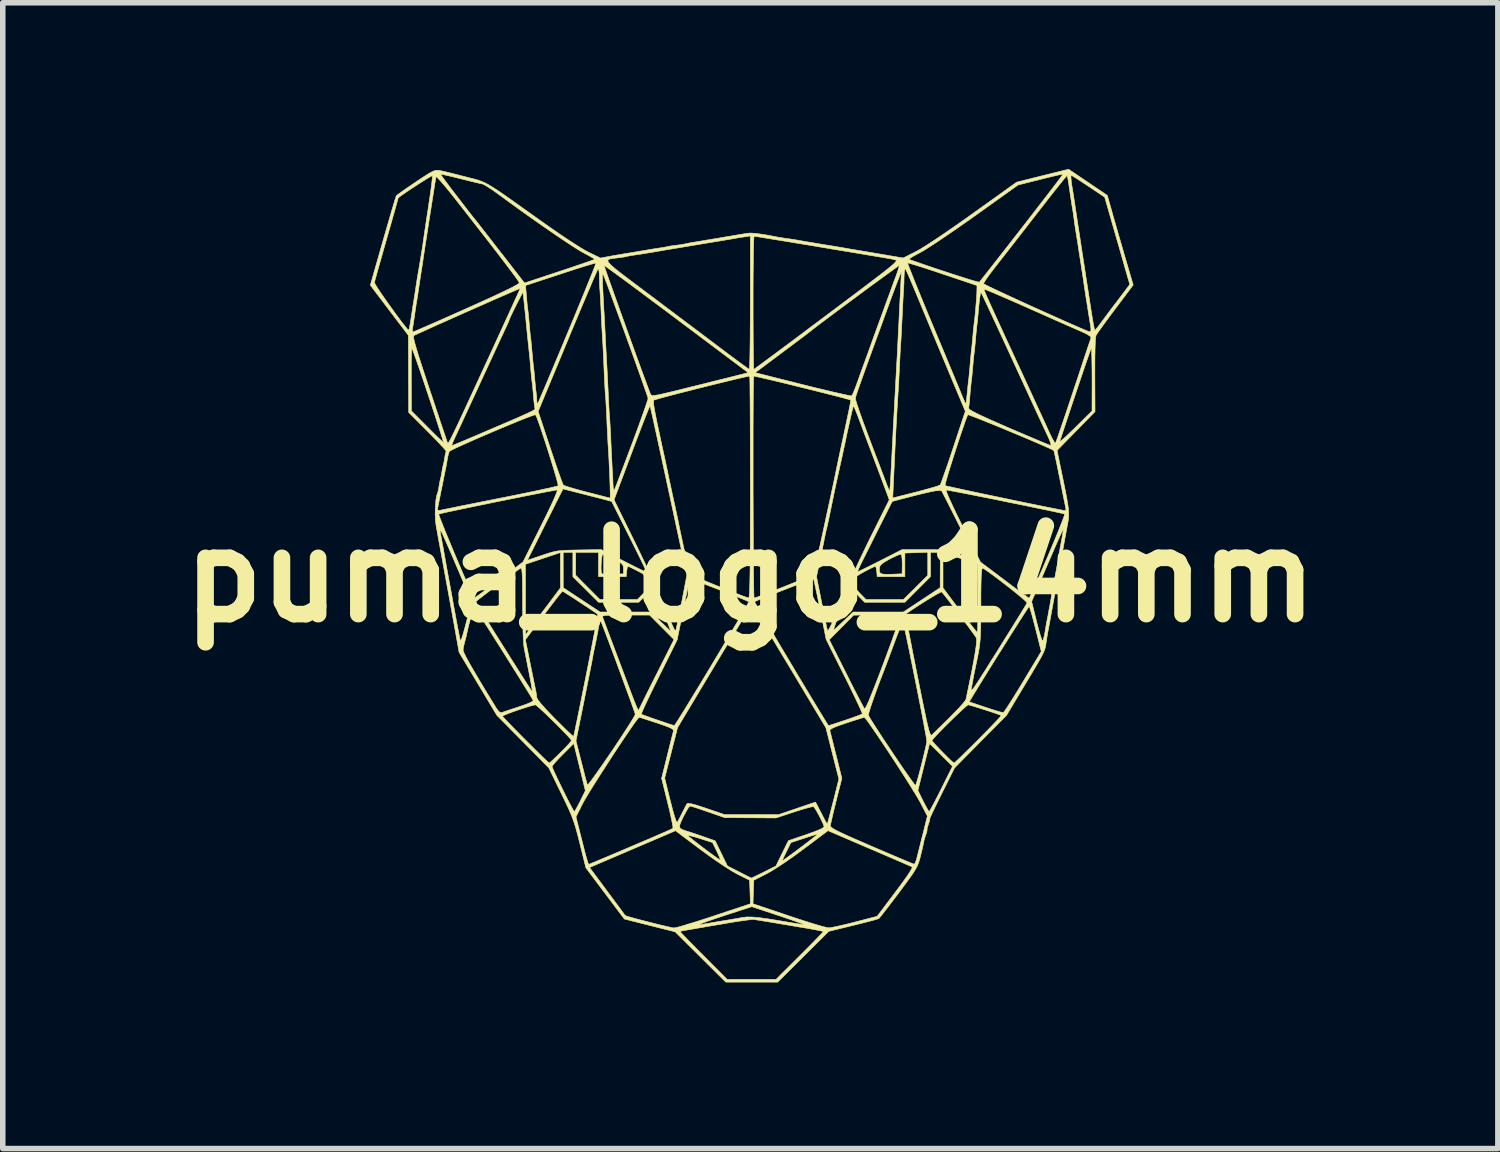
<source format=kicad_pcb>
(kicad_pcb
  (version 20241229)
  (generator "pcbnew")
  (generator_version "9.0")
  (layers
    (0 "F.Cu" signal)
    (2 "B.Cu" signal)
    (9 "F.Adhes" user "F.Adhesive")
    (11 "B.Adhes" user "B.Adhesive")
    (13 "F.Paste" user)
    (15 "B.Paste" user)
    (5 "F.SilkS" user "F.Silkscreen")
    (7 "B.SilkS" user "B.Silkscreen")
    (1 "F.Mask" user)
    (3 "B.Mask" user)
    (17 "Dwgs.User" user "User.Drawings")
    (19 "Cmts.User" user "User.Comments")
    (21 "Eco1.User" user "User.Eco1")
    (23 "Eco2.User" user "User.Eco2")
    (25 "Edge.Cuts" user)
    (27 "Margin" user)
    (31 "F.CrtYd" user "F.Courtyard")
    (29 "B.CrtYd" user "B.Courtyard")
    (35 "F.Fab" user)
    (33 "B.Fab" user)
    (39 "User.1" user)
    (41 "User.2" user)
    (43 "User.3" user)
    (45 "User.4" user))
  (footprint "puma_logo_14mm"
    (layer "F.Cu")
    (at 10.494 7.346)
    (property "Reference" "puma_logo_14mm" (at 0 0 0) (layer "F.SilkS") (effects (font (size 1.524 1.524) (thickness 0.3))))
    (attr through_hole)
    (fp_poly (pts (xy 6.444 -6.869) (xy 6.55 -6.494) (xy 6.596 -6.334) (xy 6.65 -6.145) (xy 6.708 -5.947) (xy 6.762 -5.759) (xy 6.784 -5.685) (xy 6.911 -5.252) (xy 6.587 -4.821) (xy 6.49 -4.691) (xy 6.402 -4.572) (xy 6.329 -4.471) (xy 6.274 -4.394) (xy 6.244 -4.348) (xy 6.24 -4.341) (xy 6.233 -4.302) (xy 6.227 -4.22) (xy 6.223 -4.1) (xy 6.22 -3.949) (xy 6.219 -3.774) (xy 6.219 -3.629) (xy 6.222 -2.965) (xy 5.879 -2.615) (xy 5.537 -2.265) (xy 5.609 -1.914) (xy 5.653 -1.701) (xy 5.688 -1.529) (xy 5.714 -1.393) (xy 5.732 -1.286) (xy 5.743 -1.201) (xy 5.747 -1.131) (xy 5.746 -1.071) (xy 5.74 -1.012) (xy 5.73 -0.948) (xy 5.718 -0.888) (xy 5.698 -0.78) (xy 5.68 -0.685) (xy 5.668 -0.617) (xy 5.665 -0.601) (xy 5.655 -0.544) (xy 5.638 -0.45) (xy 5.615 -0.324) (xy 5.588 -0.174) (xy 5.558 -0.008) (xy 5.526 0.167) (xy 5.493 0.344) (xy 5.462 0.515) (xy 5.433 0.673) (xy 5.408 0.811) (xy 5.388 0.921) (xy 5.374 0.995) (xy 5.368 1.026) (xy 5.357 1.091) (xy 5.344 1.175) (xy 5.34 1.201) (xy 5.333 1.248) (xy 5.325 1.29) (xy 5.313 1.332) (xy 5.293 1.38) (xy 5.263 1.44) (xy 5.22 1.519) (xy 5.161 1.621) (xy 5.083 1.753) (xy 4.982 1.921) (xy 4.956 1.964) (xy 4.626 2.515) (xy 4.156 2.99) (xy 3.686 3.466) (xy 3.458 3.923) (xy 3.39 4.06) (xy 3.331 4.181) (xy 3.284 4.278) (xy 3.253 4.346) (xy 3.24 4.378) (xy 3.24 4.379) (xy 3.239 4.4) (xy 3.225 4.453) (xy 3.216 4.479) (xy 3.196 4.54) (xy 3.189 4.576) (xy 3.191 4.58) (xy 3.19 4.6) (xy 3.175 4.653) (xy 3.165 4.68) (xy 3.144 4.745) (xy 3.132 4.787) (xy 3.132 4.793) (xy 3.127 4.822) (xy 3.112 4.887) (xy 3.091 4.978) (xy 3.077 5.035) (xy 3.058 5.111) (xy 3.039 5.173) (xy 3.016 5.231) (xy 2.985 5.29) (xy 2.942 5.36) (xy 2.882 5.446) (xy 2.801 5.557) (xy 2.695 5.7) (xy 2.682 5.717) (xy 2.583 5.848) (xy 2.494 5.965) (xy 2.418 6.063) (xy 2.361 6.136) (xy 2.327 6.177) (xy 2.32 6.184) (xy 2.289 6.195) (xy 2.218 6.216) (xy 2.114 6.243) (xy 1.986 6.276) (xy 1.856 6.308) (xy 1.415 6.416) (xy 0.955 6.874) (xy 0.494 7.332) (xy -0.443 7.332) (xy -0.9 6.878) (xy -1.357 6.424) (xy -1.386 6.417) (xy -1.27 6.417) (xy -1.255 6.435) (xy -1.209 6.484) (xy -1.137 6.559) (xy -1.044 6.654) (xy -0.934 6.765) (xy -0.848 6.852) (xy -0.42 7.282) (xy 0.465 7.282) (xy 0.896 6.853) (xy 1.015 6.734) (xy 1.121 6.627) (xy 1.209 6.537) (xy 1.274 6.469) (xy 1.312 6.429) (xy 1.32 6.418) (xy 1.294 6.412) (xy 1.232 6.399) (xy 1.15 6.383) (xy 1.059 6.367) (xy 0.975 6.352) (xy 0.938 6.346) (xy 0.888 6.338) (xy 0.799 6.323) (xy 0.682 6.303) (xy 0.547 6.281) (xy 0.475 6.268) (xy 0.34 6.246) (xy 0.22 6.226) (xy 0.125 6.211) (xy 0.065 6.202) (xy 0.05 6.201) (xy 0.011 6.203) (xy -0.063 6.213) (xy -0.158 6.226) (xy -0.261 6.241) (xy -0.358 6.257) (xy -0.428 6.269) (xy -0.465 6.276) (xy -0.543 6.289) (xy -0.651 6.307) (xy -0.78 6.329) (xy -0.866 6.344) (xy -1 6.367) (xy -1.116 6.387) (xy -1.205 6.403) (xy -1.258 6.414) (xy -1.27 6.417) (xy -1.386 6.417) (xy -1.815 6.309) (xy -2.274 6.193) (xy -2.969 5.268) (xy -2.97 5.263) (xy -2.902 5.263) (xy -2.844 5.341) (xy -2.814 5.381) (xy -2.763 5.45) (xy -2.695 5.541) (xy -2.618 5.645) (xy -2.536 5.756) (xy -2.455 5.864) (xy -2.381 5.964) (xy -2.32 6.046) (xy -2.278 6.104) (xy -2.259 6.129) (xy -2.259 6.129) (xy -2.233 6.14) (xy -2.167 6.16) (xy -2.072 6.186) (xy -1.956 6.217) (xy -1.83 6.249) (xy -1.703 6.281) (xy -1.584 6.31) (xy -1.484 6.333) (xy -1.411 6.349) (xy -1.377 6.354) (xy -1.337 6.347) (xy -1.257 6.326) (xy -1.163 6.298) (xy -0.932 6.298) (xy -0.912 6.298) (xy -0.886 6.293) (xy -0.844 6.285) (xy -0.764 6.272) (xy -0.656 6.253) (xy -0.532 6.232) (xy -0.513 6.229) (xy -0.387 6.208) (xy -0.276 6.189) (xy -0.19 6.174) (xy -0.141 6.165) (xy -0.138 6.165) (xy -0.065 6.156) (xy 0.031 6.157) (xy 0.157 6.168) (xy 0.319 6.19) (xy 0.522 6.223) (xy 0.551 6.228) (xy 0.688 6.251) (xy 0.807 6.271) (xy 0.899 6.285) (xy 0.956 6.292) (xy 0.971 6.293) (xy 0.951 6.283) (xy 0.891 6.261) (xy 0.796 6.227) (xy 0.675 6.186) (xy 0.534 6.138) (xy 0.503 6.128) (xy 0.026 5.97) (xy -0.431 6.118) (xy -0.602 6.175) (xy -0.741 6.222) (xy -0.844 6.259) (xy -0.908 6.285) (xy -0.932 6.298) (xy -1.163 6.298) (xy -1.144 6.292) (xy -1.003 6.249) (xy -0.842 6.198) (xy -0.667 6.141) (xy -0.657 6.137) (xy 0.002 5.918) (xy 0.048 5.918) (xy 0.694 6.135) (xy 0.868 6.193) (xy 1.029 6.245) (xy 1.172 6.289) (xy 1.288 6.323) (xy 1.371 6.344) (xy 1.414 6.352) (xy 1.463 6.346) (xy 1.551 6.329) (xy 1.666 6.303) (xy 1.8 6.271) (xy 1.889 6.248) (xy 2.29 6.144) (xy 2.62 5.706) (xy 2.739 5.546) (xy 2.829 5.42) (xy 2.889 5.328) (xy 2.919 5.271) (xy 2.92 5.253) (xy 2.891 5.239) (xy 2.821 5.209) (xy 2.716 5.163) (xy 2.583 5.106) (xy 2.427 5.038) (xy 2.253 4.963) (xy 2.146 4.918) (xy 1.402 4.598) (xy 0.957 4.932) (xy 0.795 5.051) (xy 0.636 5.162) (xy 0.49 5.259) (xy 0.366 5.336) (xy 0.288 5.379) (xy 0.063 5.493) (xy 0.055 5.706) (xy 0.048 5.918) (xy 0.002 5.918) (xy 0.002 5.918) (xy -0.013 5.493) (xy -0.238 5.38) (xy -0.336 5.325) (xy -0.463 5.244) (xy -0.611 5.145) (xy -0.769 5.033) (xy -0.906 4.933) (xy -1.224 4.694) (xy -1.122 4.694) (xy -1.085 4.726) (xy -1.021 4.777) (xy -0.938 4.841) (xy -0.846 4.912) (xy -0.752 4.982) (xy -0.666 5.045) (xy -0.597 5.094) (xy -0.554 5.124) (xy -0.545 5.128) (xy -0.545 5.109) (xy -0.565 5.056) (xy -0.6 4.98) (xy -0.604 4.971) (xy -0.683 4.812) (xy -0.919 4.737) (xy -1.014 4.708) (xy -1.084 4.691) (xy -1.121 4.688) (xy -1.122 4.694) (xy -1.224 4.694) (xy -1.35 4.599) (xy -2.126 4.931) (xy -2.902 5.263) (xy -2.97 5.263) (xy -3.077 4.83) (xy -3.117 4.672) (xy -3.152 4.544) (xy -3.188 4.432) (xy -3.218 4.35) (xy -3.147 4.35) (xy -3.063 4.684) (xy -3.018 4.861) (xy -2.984 4.994) (xy -2.958 5.09) (xy -2.939 5.154) (xy -2.926 5.19) (xy -2.917 5.204) (xy -2.914 5.205) (xy -2.889 5.196) (xy -2.824 5.169) (xy -2.724 5.127) (xy -2.594 5.073) (xy -2.44 5.008) (xy -2.268 4.935) (xy -2.158 4.888) (xy -1.978 4.811) (xy -1.811 4.74) (xy -1.666 4.677) (xy -1.546 4.625) (xy -1.458 4.586) (xy -1.407 4.562) (xy -1.397 4.557) (xy -1.398 4.529) (xy -1.401 4.508) (xy -1.277 4.508) (xy -1.271 4.549) (xy -1.231 4.577) (xy -1.156 4.604) (xy -1.114 4.617) (xy -1.024 4.646) (xy -0.912 4.684) (xy -0.812 4.719) (xy -0.635 4.781) (xy -0.524 5.008) (xy -0.413 5.236) (xy -0.2 5.344) (xy -0.108 5.391) (xy -0.035 5.428) (xy 0.01 5.45) (xy 0.019 5.454) (xy 0.043 5.444) (xy 0.101 5.416) (xy 0.185 5.375) (xy 0.244 5.346) (xy 0.463 5.236) (xy 0.509 5.142) (xy 0.576 5.142) (xy 0.594 5.132) (xy 0.646 5.096) (xy 0.725 5.039) (xy 0.823 4.966) (xy 0.898 4.91) (xy 1.006 4.828) (xy 1.098 4.757) (xy 1.167 4.703) (xy 1.208 4.669) (xy 1.215 4.661) (xy 1.191 4.666) (xy 1.13 4.684) (xy 1.042 4.712) (xy 0.971 4.735) (xy 0.732 4.814) (xy 0.654 4.972) (xy 0.615 5.052) (xy 0.587 5.113) (xy 0.576 5.142) (xy 0.576 5.142) (xy 0.509 5.142) (xy 0.574 5.008) (xy 0.621 4.913) (xy 0.658 4.837) (xy 0.682 4.79) (xy 0.687 4.779) (xy 0.71 4.772) (xy 0.771 4.751) (xy 0.863 4.719) (xy 0.976 4.681) (xy 1.013 4.668) (xy 1.164 4.614) (xy 1.267 4.572) (xy 1.322 4.54) (xy 1.331 4.525) (xy 1.314 4.475) (xy 1.28 4.402) (xy 1.239 4.321) (xy 1.198 4.246) (xy 1.162 4.189) (xy 1.141 4.164) (xy 1.108 4.168) (xy 1.038 4.185) (xy 0.939 4.213) (xy 0.822 4.25) (xy 0.788 4.261) (xy 0.463 4.369) (xy -0.463 4.363) (xy -0.762 4.259) (xy -0.878 4.219) (xy -0.977 4.186) (xy -1.05 4.163) (xy -1.087 4.154) (xy -1.088 4.154) (xy -1.111 4.175) (xy -1.147 4.231) (xy -1.191 4.312) (xy -1.209 4.346) (xy -1.255 4.444) (xy -1.277 4.508) (xy -1.401 4.508) (xy -1.409 4.461) (xy -1.43 4.36) (xy -1.458 4.234) (xy -1.491 4.097) (xy -1.602 3.651) (xy -1.601 3.65) (xy -1.546 3.65) (xy -1.443 4.064) (xy -1.403 4.219) (xy -1.369 4.337) (xy -1.343 4.415) (xy -1.324 4.448) (xy -1.319 4.447) (xy -1.297 4.409) (xy -1.262 4.343) (xy -1.23 4.279) (xy -1.191 4.201) (xy -1.159 4.139) (xy -1.144 4.112) (xy -1.12 4.105) (xy -1.065 4.113) (xy -0.974 4.137) (xy -0.842 4.18) (xy -0.794 4.196) (xy -0.463 4.309) (xy 0.025 4.309) (xy 0.513 4.308) (xy 0.845 4.195) (xy 1.177 4.082) (xy 1.219 4.162) (xy 1.255 4.233) (xy 1.301 4.321) (xy 1.321 4.362) (xy 1.356 4.427) (xy 1.381 4.467) (xy 1.389 4.474) (xy 1.398 4.449) (xy 1.416 4.383) (xy 1.442 4.285) (xy 1.473 4.163) (xy 1.498 4.067) (xy 1.599 3.666) (xy 1.481 3.203) (xy 1.379 2.799) (xy 1.437 2.799) (xy 1.447 2.836) (xy 1.467 2.913) (xy 1.494 3.02) (xy 1.526 3.149) (xy 1.551 3.247) (xy 1.652 3.654) (xy 1.551 4.054) (xy 1.517 4.192) (xy 1.487 4.316) (xy 1.464 4.416) (xy 1.449 4.484) (xy 1.445 4.505) (xy 1.448 4.521) (xy 1.465 4.54) (xy 1.499 4.564) (xy 1.556 4.596) (xy 1.638 4.636) (xy 1.752 4.689) (xy 1.902 4.755) (xy 2.091 4.837) (xy 2.19 4.88) (xy 2.371 4.958) (xy 2.538 5.029) (xy 2.684 5.091) (xy 2.805 5.142) (xy 2.894 5.179) (xy 2.947 5.2) (xy 2.958 5.204) (xy 2.975 5.183) (xy 2.995 5.13) (xy 3.001 5.111) (xy 3.016 5.052) (xy 3.04 4.957) (xy 3.07 4.837) (xy 3.103 4.706) (xy 3.111 4.676) (xy 3.196 4.335) (xy 3.068 4.088) (xy 3.028 4.017) (xy 2.968 3.917) (xy 2.94 3.872) (xy 3.025 3.872) (xy 3.119 4.063) (xy 3.164 4.149) (xy 3.201 4.216) (xy 3.224 4.251) (xy 3.228 4.254) (xy 3.243 4.233) (xy 3.276 4.174) (xy 3.324 4.084) (xy 3.383 3.97) (xy 3.446 3.845) (xy 3.65 3.436) (xy 3.443 3.23) (xy 3.236 3.024) (xy 3.13 3.448) (xy 3.025 3.872) (xy 2.94 3.872) (xy 2.892 3.794) (xy 2.804 3.655) (xy 2.707 3.503) (xy 2.605 3.346) (xy 2.502 3.189) (xy 2.401 3.037) (xy 2.307 2.896) (xy 2.222 2.772) (xy 2.151 2.671) (xy 2.098 2.597) (xy 2.065 2.558) (xy 2.058 2.553) (xy 2.029 2.56) (xy 1.961 2.581) (xy 1.866 2.611) (xy 1.751 2.649) (xy 1.732 2.655) (xy 1.603 2.699) (xy 1.515 2.733) (xy 1.463 2.759) (xy 1.439 2.781) (xy 1.437 2.799) (xy 1.379 2.799) (xy 1.364 2.74) (xy 0.701 1.633) (xy 0.572 1.42) (xy 0.452 1.22) (xy 0.342 1.037) (xy 0.244 0.876) (xy 0.161 0.741) (xy 0.096 0.635) (xy 0.05 0.563) (xy 0.027 0.529) (xy 0.025 0.526) (xy 0.01 0.547) (xy -0.028 0.607) (xy -0.087 0.702) (xy -0.164 0.827) (xy -0.257 0.98) (xy -0.363 1.156) (xy -0.481 1.35) (xy -0.607 1.559) (xy -0.651 1.633) (xy -1.314 2.74) (xy -1.43 3.195) (xy -1.546 3.65) (xy -1.601 3.65) (xy -1.5 3.246) (xy -1.466 3.108) (xy -1.435 2.985) (xy -1.41 2.886) (xy -1.393 2.82) (xy -1.387 2.799) (xy -1.39 2.779) (xy -1.416 2.757) (xy -1.472 2.73) (xy -1.563 2.696) (xy -1.682 2.655) (xy -1.799 2.617) (xy -1.898 2.585) (xy -1.97 2.562) (xy -2.006 2.553) (xy -2.008 2.553) (xy -2.028 2.573) (xy -2.072 2.63) (xy -2.134 2.718) (xy -2.212 2.832) (xy -2.302 2.965) (xy -2.4 3.113) (xy -2.503 3.269) (xy -2.606 3.429) (xy -2.707 3.585) (xy -2.801 3.734) (xy -2.885 3.868) (xy -2.955 3.983) (xy -3.007 4.072) (xy -3.033 4.121) (xy -3.147 4.35) (xy -3.218 4.35) (xy -3.228 4.323) (xy -3.279 4.206) (xy -3.344 4.067) (xy -3.411 3.929) (xy -3.637 3.466) (xy -3.662 3.44) (xy -3.579 3.44) (xy -3.568 3.471) (xy -3.54 3.536) (xy -3.498 3.626) (xy -3.446 3.734) (xy -3.389 3.851) (xy -3.332 3.967) (xy -3.278 4.074) (xy -3.231 4.163) (xy -3.197 4.226) (xy -3.179 4.254) (xy -3.178 4.254) (xy -3.161 4.233) (xy -3.129 4.178) (xy -3.087 4.098) (xy -3.071 4.066) (xy -2.978 3.877) (xy -3.082 3.451) (xy -3.187 3.025) (xy -3.383 3.22) (xy -3.462 3.301) (xy -3.526 3.37) (xy -3.567 3.42) (xy -3.579 3.44) (xy -3.662 3.44) (xy -4.558 2.533) (xy -4.474 2.533) (xy -4.455 2.555) (xy -4.406 2.607) (xy -4.335 2.681) (xy -4.246 2.772) (xy -4.146 2.874) (xy -4.04 2.98) (xy -3.935 3.084) (xy -3.837 3.182) (xy -3.751 3.266) (xy -3.684 3.33) (xy -3.642 3.369) (xy -3.63 3.378) (xy -3.608 3.362) (xy -3.559 3.317) (xy -3.49 3.251) (xy -3.423 3.185) (xy -3.344 3.105) (xy -3.28 3.037) (xy -3.24 2.989) (xy -3.233 2.977) (xy -3.147 2.977) (xy -3.05 3.359) (xy -3.016 3.492) (xy -2.986 3.61) (xy -2.961 3.702) (xy -2.945 3.76) (xy -2.941 3.774) (xy -2.925 3.761) (xy -2.886 3.713) (xy -2.828 3.634) (xy -2.755 3.531) (xy -2.67 3.411) (xy -2.579 3.278) (xy -2.484 3.139) (xy -2.391 3) (xy -2.303 2.867) (xy -2.224 2.745) (xy -2.158 2.641) (xy -2.109 2.561) (xy -2.082 2.511) (xy -2.077 2.498) (xy -2.078 2.495) (xy -1.967 2.495) (xy -1.941 2.507) (xy -1.878 2.53) (xy -1.791 2.562) (xy -1.69 2.597) (xy -1.586 2.632) (xy -1.492 2.664) (xy -1.418 2.688) (xy -1.375 2.7) (xy -1.372 2.701) (xy -1.356 2.68) (xy -1.317 2.621) (xy -1.257 2.526) (xy -1.179 2.401) (xy -1.086 2.248) (xy -0.979 2.073) (xy -0.861 1.878) (xy -0.734 1.668) (xy -0.686 1.588) (xy -0.558 1.374) (xy -0.438 1.173) (xy -0.329 0.989) (xy -0.233 0.827) (xy -0.153 0.689) (xy -0.091 0.582) (xy -0.048 0.507) (xy -0.029 0.47) (xy -0.028 0.466) (xy -0.028 0.466) (xy 0.078 0.466) (xy 0.089 0.488) (xy 0.122 0.548) (xy 0.176 0.641) (xy 0.247 0.762) (xy 0.332 0.907) (xy 0.429 1.07) (xy 0.533 1.247) (xy 0.644 1.433) (xy 0.757 1.622) (xy 0.869 1.811) (xy 0.979 1.994) (xy 1.082 2.165) (xy 1.177 2.322) (xy 1.259 2.458) (xy 1.327 2.568) (xy 1.376 2.649) (xy 1.406 2.694) (xy 1.412 2.703) (xy 1.437 2.695) (xy 1.501 2.675) (xy 1.593 2.644) (xy 1.705 2.607) (xy 1.714 2.604) (xy 1.828 2.565) (xy 1.923 2.531) (xy 1.972 2.512) (xy 2.132 2.512) (xy 2.148 2.545) (xy 2.187 2.611) (xy 2.246 2.704) (xy 2.32 2.819) (xy 2.404 2.948) (xy 2.496 3.085) (xy 2.59 3.226) (xy 2.682 3.363) (xy 2.769 3.49) (xy 2.847 3.601) (xy 2.91 3.691) (xy 2.956 3.753) (xy 2.98 3.78) (xy 2.983 3.781) (xy 2.994 3.753) (xy 3.015 3.685) (xy 3.043 3.586) (xy 3.075 3.465) (xy 3.091 3.404) (xy 3.123 3.272) (xy 3.151 3.155) (xy 3.172 3.062) (xy 3.184 3.003) (xy 3.186 2.991) (xy 3.184 2.971) (xy 3.278 2.971) (xy 3.295 2.995) (xy 3.339 3.044) (xy 3.401 3.11) (xy 3.472 3.184) (xy 3.545 3.257) (xy 3.609 3.32) (xy 3.657 3.363) (xy 3.678 3.378) (xy 3.699 3.361) (xy 3.75 3.314) (xy 3.826 3.24) (xy 3.922 3.146) (xy 4.034 3.036) (xy 4.116 2.954) (xy 4.233 2.835) (xy 4.338 2.728) (xy 4.424 2.638) (xy 4.487 2.571) (xy 4.522 2.529) (xy 4.528 2.519) (xy 4.5 2.507) (xy 4.435 2.484) (xy 4.345 2.453) (xy 4.243 2.42) (xy 4.139 2.387) (xy 4.045 2.358) (xy 3.973 2.337) (xy 3.934 2.327) (xy 3.932 2.327) (xy 3.907 2.344) (xy 3.854 2.39) (xy 3.781 2.458) (xy 3.693 2.541) (xy 3.6 2.632) (xy 3.506 2.725) (xy 3.421 2.812) (xy 3.349 2.887) (xy 3.3 2.942) (xy 3.279 2.97) (xy 3.278 2.971) (xy 3.184 2.971) (xy 3.182 2.956) (xy 3.17 2.88) (xy 3.149 2.768) (xy 3.123 2.626) (xy 3.092 2.461) (xy 3.056 2.279) (xy 3.018 2.085) (xy 2.978 1.886) (xy 2.938 1.688) (xy 2.899 1.496) (xy 2.863 1.317) (xy 2.829 1.157) (xy 2.8 1.022) (xy 2.777 0.917) (xy 2.761 0.85) (xy 2.753 0.826) (xy 2.753 0.826) (xy 2.74 0.848) (xy 2.714 0.91) (xy 2.677 1.003) (xy 2.632 1.12) (xy 2.595 1.22) (xy 2.544 1.358) (xy 2.496 1.487) (xy 2.456 1.595) (xy 2.426 1.673) (xy 2.415 1.702) (xy 2.364 1.831) (xy 2.312 1.969) (xy 2.261 2.108) (xy 2.215 2.239) (xy 2.176 2.353) (xy 2.148 2.442) (xy 2.133 2.498) (xy 2.132 2.512) (xy 1.972 2.512) (xy 1.991 2.505) (xy 2.021 2.491) (xy 2.022 2.491) (xy 2.014 2.466) (xy 1.987 2.402) (xy 1.942 2.305) (xy 1.883 2.18) (xy 1.811 2.032) (xy 1.731 1.868) (xy 1.701 1.81) (xy 1.372 1.152) (xy 1.425 1.152) (xy 1.73 1.758) (xy 1.811 1.92) (xy 1.886 2.068) (xy 1.952 2.195) (xy 2.005 2.297) (xy 2.042 2.366) (xy 2.059 2.397) (xy 2.059 2.397) (xy 2.072 2.39) (xy 2.097 2.347) (xy 2.134 2.268) (xy 2.183 2.148) (xy 2.247 1.988) (xy 2.326 1.784) (xy 2.402 1.583) (xy 2.474 1.389) (xy 2.541 1.209) (xy 2.598 1.049) (xy 2.646 0.915) (xy 2.682 0.811) (xy 2.703 0.744) (xy 2.709 0.718) (xy 2.681 0.712) (xy 2.612 0.707) (xy 2.51 0.703) (xy 2.384 0.702) (xy 2.281 0.703) (xy 1.864 0.708) (xy 1.645 0.93) (xy 1.425 1.152) (xy 1.372 1.152) (xy 1.368 1.142) (xy 1.26 0.605) (xy 1.227 0.447) (xy 1.198 0.307) (xy 1.173 0.191) (xy 1.154 0.107) (xy 1.142 0.061) (xy 1.14 0.055) (xy 1.116 0.062) (xy 1.053 0.084) (xy 0.959 0.118) (xy 0.844 0.161) (xy 0.714 0.21) (xy 0.578 0.263) (xy 0.444 0.315) (xy 0.319 0.365) (xy 0.213 0.407) (xy 0.132 0.441) (xy 0.086 0.462) (xy 0.078 0.466) (xy -0.028 0.466) (xy -0.058 0.452) (xy -0.125 0.423) (xy -0.221 0.384) (xy -0.339 0.337) (xy -0.47 0.285) (xy -0.606 0.233) (xy -0.74 0.181) (xy -0.862 0.135) (xy -0.966 0.097) (xy -1.043 0.069) (xy -1.085 0.056) (xy -1.09 0.055) (xy -1.098 0.082) (xy -1.114 0.151) (xy -1.137 0.255) (xy -1.165 0.386) (xy -1.196 0.537) (xy -1.211 0.61) (xy -1.32 1.153) (xy -1.65 1.818) (xy -1.733 1.986) (xy -1.807 2.139) (xy -1.871 2.272) (xy -1.92 2.379) (xy -1.953 2.454) (xy -1.967 2.492) (xy -1.967 2.495) (xy -2.078 2.495) (xy -2.085 2.47) (xy -2.109 2.402) (xy -2.145 2.3) (xy -2.192 2.17) (xy -2.247 2.021) (xy -2.307 1.857) (xy -2.37 1.686) (xy -2.433 1.514) (xy -2.495 1.348) (xy -2.553 1.194) (xy -2.604 1.058) (xy -2.646 0.948) (xy -2.676 0.871) (xy -2.693 0.831) (xy -2.694 0.828) (xy -2.713 0.829) (xy -2.731 0.879) (xy -2.742 0.94) (xy -2.755 1.016) (xy -2.775 1.118) (xy -2.794 1.214) (xy -2.815 1.314) (xy -2.834 1.404) (xy -2.845 1.464) (xy -2.853 1.507) (xy -2.869 1.593) (xy -2.893 1.713) (xy -2.923 1.862) (xy -2.957 2.032) (xy -2.994 2.217) (xy -3.002 2.258) (xy -3.147 2.977) (xy -3.233 2.977) (xy -3.228 2.97) (xy -3.245 2.945) (xy -3.292 2.892) (xy -3.361 2.82) (xy -3.445 2.734) (xy -3.538 2.641) (xy -3.632 2.55) (xy -3.72 2.465) (xy -3.795 2.396) (xy -3.85 2.347) (xy -3.878 2.327) (xy -3.879 2.327) (xy -3.92 2.335) (xy -3.992 2.355) (xy -4.084 2.384) (xy -4.186 2.418) (xy -4.287 2.453) (xy -4.375 2.486) (xy -4.441 2.513) (xy -4.472 2.53) (xy -4.474 2.533) (xy -4.558 2.533) (xy -4.576 2.515) (xy -4.916 1.947) (xy -5.257 1.379) (xy -5.264 1.34) (xy -5.185 1.34) (xy -5.173 1.379) (xy -5.135 1.458) (xy -5.071 1.575) (xy -4.982 1.729) (xy -4.87 1.919) (xy -4.735 2.142) (xy -4.586 2.386) (xy -4.54 2.448) (xy -4.502 2.468) (xy -4.484 2.465) (xy -4.444 2.451) (xy -4.368 2.425) (xy -4.267 2.392) (xy -4.173 2.361) (xy -4.041 2.315) (xy -3.957 2.279) (xy -3.921 2.253) (xy -3.921 2.244) (xy -3.962 2.174) (xy -4.023 2.075) (xy -4.1 1.951) (xy -4.189 1.808) (xy -4.286 1.653) (xy -4.389 1.489) (xy -4.493 1.323) (xy -4.596 1.161) (xy -4.693 1.007) (xy -4.782 0.868) (xy -4.858 0.748) (xy -4.919 0.654) (xy -4.961 0.59) (xy -4.98 0.563) (xy -4.981 0.563) (xy -5.003 0.565) (xy -5.005 0.574) (xy -5.006 0.603) (xy -5.012 0.634) (xy -5.027 0.686) (xy -5.033 0.706) (xy -5.088 0.907) (xy -5.12 1.051) (xy -5.136 1.122) (xy -5.148 1.164) (xy -5.176 1.273) (xy -5.185 1.34) (xy -5.264 1.34) (xy -5.305 1.109) (xy -5.326 0.992) (xy -5.345 0.887) (xy -5.359 0.809) (xy -5.365 0.776) (xy -5.374 0.727) (xy -5.39 0.637) (xy -5.413 0.513) (xy -5.44 0.363) (xy -5.471 0.194) (xy -5.504 0.014) (xy -5.537 -0.169) (xy -5.57 -0.348) (xy -5.601 -0.515) (xy -5.628 -0.663) (xy -5.65 -0.784) (xy -5.655 -0.815) (xy -5.598 -0.815) (xy -5.59 -0.754) (xy -5.58 -0.698) (xy -5.563 -0.606) (xy -5.547 -0.522) (xy -5.541 -0.488) (xy -5.524 -0.391) (xy -5.501 -0.263) (xy -5.474 -0.111) (xy -5.443 0.058) (xy -5.41 0.236) (xy -5.377 0.417) (xy -5.345 0.593) (xy -5.315 0.757) (xy -5.288 0.901) (xy -5.265 1.02) (xy -5.249 1.104) (xy -5.24 1.148) (xy -5.239 1.151) (xy -5.23 1.163) (xy -5.215 1.141) (xy -5.193 1.08) (xy -5.164 0.978) (xy -5.127 0.838) (xy -5.032 0.467) (xy -4.955 0.467) (xy -4.942 0.491) (xy -4.906 0.551) (xy -4.851 0.642) (xy -4.78 0.758) (xy -4.696 0.893) (xy -4.603 1.043) (xy -4.504 1.2) (xy -4.403 1.361) (xy -4.304 1.518) (xy -4.21 1.667) (xy -4.124 1.802) (xy -4.05 1.918) (xy -3.992 2.008) (xy -3.952 2.068) (xy -3.936 2.092) (xy -3.935 2.092) (xy -3.937 2.066) (xy -3.947 2.002) (xy -3.963 1.91) (xy -3.977 1.837) (xy -3.999 1.724) (xy -4.019 1.625) (xy -4.033 1.551) (xy -4.038 1.527) (xy -4.05 1.468) (xy -4.067 1.382) (xy -4.081 1.314) (xy -4.091 1.235) (xy -4.096 1.151) (xy -4.06 1.151) (xy -3.968 1.608) (xy -3.938 1.755) (xy -3.911 1.886) (xy -3.889 1.993) (xy -3.874 2.068) (xy -3.867 2.102) (xy -3.858 2.158) (xy -3.856 2.193) (xy -3.837 2.232) (xy -3.784 2.301) (xy -3.699 2.397) (xy -3.585 2.517) (xy -3.526 2.577) (xy -3.423 2.68) (xy -3.332 2.77) (xy -3.26 2.839) (xy -3.211 2.884) (xy -3.191 2.899) (xy -3.191 2.899) (xy -3.185 2.873) (xy -3.169 2.804) (xy -3.147 2.695) (xy -3.117 2.552) (xy -3.082 2.38) (xy -3.042 2.183) (xy -2.999 1.968) (xy -2.964 1.795) (xy -2.919 1.568) (xy -2.878 1.357) (xy -2.841 1.166) (xy -2.809 1) (xy -2.784 0.865) (xy -2.766 0.766) (xy -2.762 0.74) (xy -2.667 0.74) (xy -2.666 0.745) (xy -2.654 0.777) (xy -2.626 0.85) (xy -2.586 0.958) (xy -2.534 1.097) (xy -2.473 1.259) (xy -2.405 1.439) (xy -2.35 1.585) (xy -2.266 1.809) (xy -2.197 1.991) (xy -2.143 2.135) (xy -2.101 2.244) (xy -2.069 2.323) (xy -2.047 2.376) (xy -2.031 2.407) (xy -2.021 2.421) (xy -2.015 2.422) (xy -2.01 2.414) (xy -2.009 2.411) (xy -1.996 2.382) (xy -1.963 2.315) (xy -1.914 2.215) (xy -1.851 2.089) (xy -1.777 1.941) (xy -1.696 1.78) (xy -1.689 1.766) (xy -1.378 1.148) (xy -1.598 0.927) (xy -1.817 0.707) (xy -2.249 0.706) (xy -2.406 0.707) (xy -2.52 0.708) (xy -2.597 0.712) (xy -2.642 0.718) (xy -2.664 0.727) (xy -2.667 0.74) (xy -2.762 0.74) (xy -2.757 0.706) (xy -2.755 0.691) (xy -2.786 0.669) (xy -2.847 0.628) (xy -2.93 0.572) (xy -3.026 0.509) (xy -3.126 0.443) (xy -3.221 0.381) (xy -3.303 0.329) (xy -3.362 0.291) (xy -3.389 0.275) (xy -3.39 0.275) (xy -3.408 0.294) (xy -3.452 0.348) (xy -3.516 0.43) (xy -3.597 0.535) (xy -3.689 0.657) (xy -3.731 0.713) (xy -4.06 1.151) (xy -4.096 1.151) (xy -4.099 1.111) (xy -4.105 0.947) (xy -4.109 0.75) (xy -4.111 0.523) (xy -4.111 0.505) (xy -4.111 0.303) (xy -4.113 0.145) (xy -4.115 0.027) (xy -4.12 -0.055) (xy -4.125 -0.107) (xy -4.133 -0.134) (xy -4.143 -0.14) (xy -4.145 -0.14) (xy -4.175 -0.121) (xy -4.235 -0.079) (xy -4.32 -0.018) (xy -4.42 0.055) (xy -4.529 0.136) (xy -4.639 0.219) (xy -4.743 0.298) (xy -4.834 0.368) (xy -4.904 0.423) (xy -4.946 0.458) (xy -4.955 0.467) (xy -5.032 0.467) (xy -5.031 0.463) (xy -5.31 -0.193) (xy -5.382 -0.362) (xy -5.448 -0.513) (xy -5.505 -0.643) (xy -5.55 -0.744) (xy -5.582 -0.812) (xy -5.597 -0.841) (xy -5.598 -0.842) (xy -5.598 -0.815) (xy -5.655 -0.815) (xy -5.666 -0.871) (xy -5.673 -0.913) (xy -5.685 -1.013) (xy -5.688 -1.116) (xy -5.624 -1.116) (xy -5.618 -1.091) (xy -5.594 -1.026) (xy -5.556 -0.929) (xy -5.507 -0.806) (xy -5.448 -0.664) (xy -5.384 -0.509) (xy -5.316 -0.347) (xy -5.248 -0.186) (xy -5.182 -0.032) (xy -5.121 0.108) (xy -5.068 0.228) (xy -5.025 0.321) (xy -4.997 0.381) (xy -4.984 0.4) (xy -4.961 0.386) (xy -4.905 0.346) (xy -4.82 0.284) (xy -4.713 0.205) (xy -4.59 0.114) (xy -4.538 0.075) (xy -4.157 -0.211) (xy -4.059 -0.211) (xy -4.059 0.276) (xy -4.059 0.439) (xy -4.058 0.595) (xy -4.058 0.734) (xy -4.057 0.843) (xy -4.056 0.911) (xy -4.054 1.059) (xy -3.948 0.911) (xy -3.891 0.832) (xy -3.842 0.766) (xy -3.812 0.727) (xy -3.811 0.726) (xy -3.784 0.691) (xy -3.735 0.626) (xy -3.67 0.541) (xy -3.604 0.452) (xy -3.428 0.217) (xy -3.428 -0.422) (xy -3.744 -0.316) (xy -4.059 -0.211) (xy -4.157 -0.211) (xy -4.104 -0.251) (xy -4.088 -0.282) (xy -4.025 -0.282) (xy -3.758 -0.372) (xy -3.655 -0.407) (xy -3.591 -0.425) (xy -3.378 -0.425) (xy -3.377 0.213) (xy -3.045 0.432) (xy -2.713 0.651) (xy -1.797 0.651) (xy -1.618 0.826) (xy -1.542 0.899) (xy -1.482 0.958) (xy -1.444 0.993) (xy -1.435 1.001) (xy -1.443 0.979) (xy -1.466 0.918) (xy -1.502 0.825) (xy -1.548 0.708) (xy -1.597 0.586) (xy -1.65 0.455) (xy -1.698 0.345) (xy -1.736 0.263) (xy -1.762 0.214) (xy -1.773 0.204) (xy -1.794 0.239) (xy -1.841 0.295) (xy -1.898 0.357) (xy -2.013 0.475) (xy -2.739 0.475) (xy -2.971 0.244) (xy -3.203 0.014) (xy -3.203 -0.425) (xy -3.153 -0.425) (xy -3.153 -0.014) (xy -2.935 0.206) (xy -2.716 0.425) (xy -2.037 0.425) (xy -1.93 0.316) (xy -1.87 0.25) (xy -1.839 0.2) (xy -1.83 0.15) (xy -1.831 0.11) (xy -1.838 0.06) (xy -1.855 0.023) (xy -1.891 -0.01) (xy -1.957 -0.049) (xy -2.014 -0.079) (xy -2.099 -0.123) (xy -2.166 -0.156) (xy -2.204 -0.172) (xy -2.207 -0.173) (xy -2.22 -0.152) (xy -2.23 -0.098) (xy -2.232 -0.081) (xy -2.24 0.013) (xy -2.74 0.013) (xy -2.74 -0.146) (xy -2.694 -0.146) (xy -2.691 -0.079) (xy -2.684 -0.043) (xy -2.656 -0.034) (xy -2.59 -0.03) (xy -2.501 -0.03) (xy -2.482 -0.03) (xy -2.29 -0.038) (xy -2.29 -0.125) (xy -2.293 -0.171) (xy -2.307 -0.204) (xy -2.343 -0.236) (xy -2.409 -0.276) (xy -2.465 -0.306) (xy -2.55 -0.349) (xy -2.62 -0.379) (xy -2.661 -0.391) (xy -2.665 -0.391) (xy -2.676 -0.365) (xy -2.686 -0.305) (xy -2.692 -0.227) (xy -2.694 -0.146) (xy -2.74 -0.146) (xy -2.74 -0.425) (xy -3.153 -0.425) (xy -3.203 -0.425) (xy -3.378 -0.425) (xy -3.591 -0.425) (xy -3.572 -0.431) (xy -3.496 -0.448) (xy -3.415 -0.458) (xy -3.316 -0.464) (xy -3.187 -0.467) (xy -3.091 -0.469) (xy -2.69 -0.475) (xy -2.302 -0.277) (xy -2.175 -0.212) (xy -2.063 -0.156) (xy -1.974 -0.112) (xy -1.916 -0.085) (xy -1.896 -0.077) (xy -1.89 -0.095) (xy -1.9 -0.131) (xy -1.917 -0.168) (xy -1.953 -0.244) (xy -2.005 -0.35) (xy -2.07 -0.481) (xy -2.144 -0.63) (xy -2.212 -0.766) (xy -2.503 -1.345) (xy -2.607 -1.373) (xy -2.46 -1.373) (xy -2.082 -0.605) (xy -1.982 -0.399) (xy -1.881 -0.186) (xy -1.783 0.025) (xy -1.692 0.224) (xy -1.614 0.402) (xy -1.552 0.548) (xy -1.534 0.593) (xy -1.48 0.726) (xy -1.431 0.84) (xy -1.391 0.926) (xy -1.362 0.98) (xy -1.349 0.993) (xy -1.349 0.993) (xy -1.339 0.96) (xy -1.323 0.886) (xy -1.3 0.779) (xy -1.273 0.647) (xy -1.244 0.497) (xy -1.239 0.475) (xy -1.146 -0.013) (xy -1.474 -1.537) (xy -1.532 -1.806) (xy -1.587 -2.059) (xy -1.638 -2.294) (xy -1.684 -2.505) (xy -1.724 -2.69) (xy -1.758 -2.842) (xy -1.784 -2.959) (xy -1.802 -3.037) (xy -1.811 -3.07) (xy -1.811 -3.071) (xy -1.821 -3.05) (xy -1.847 -2.988) (xy -1.887 -2.889) (xy -1.938 -2.758) (xy -1.998 -2.602) (xy -2.066 -2.424) (xy -2.139 -2.229) (xy -2.14 -2.226) (xy -2.46 -1.373) (xy -2.607 -1.373) (xy -2.609 -1.373) (xy -2.673 -1.39) (xy -2.773 -1.416) (xy -2.896 -1.447) (xy -3.028 -1.481) (xy -3.048 -1.486) (xy -3.381 -1.571) (xy -3.509 -1.317) (xy -3.565 -1.204) (xy -3.637 -1.061) (xy -3.716 -0.903) (xy -3.794 -0.745) (xy -3.83 -0.673) (xy -4.025 -0.282) (xy -4.088 -0.282) (xy -3.779 -0.901) (xy -3.68 -1.1) (xy -3.601 -1.265) (xy -3.541 -1.395) (xy -3.502 -1.488) (xy -3.485 -1.54) (xy -3.488 -1.552) (xy -3.522 -1.547) (xy -3.598 -1.533) (xy -3.71 -1.512) (xy -3.852 -1.484) (xy -4.017 -1.452) (xy -4.199 -1.415) (xy -4.393 -1.376) (xy -4.591 -1.336) (xy -4.789 -1.295) (xy -4.979 -1.256) (xy -5.156 -1.219) (xy -5.313 -1.186) (xy -5.445 -1.158) (xy -5.544 -1.136) (xy -5.606 -1.121) (xy -5.624 -1.116) (xy -5.688 -1.116) (xy -5.689 -1.131) (xy -5.687 -1.188) (xy -5.644 -1.188) (xy -5.617 -1.181) (xy -5.598 -1.185) (xy -5.562 -1.193) (xy -5.483 -1.209) (xy -5.365 -1.233) (xy -5.215 -1.264) (xy -5.037 -1.299) (xy -4.838 -1.339) (xy -4.622 -1.382) (xy -4.517 -1.403) (xy -4.297 -1.447) (xy -4.092 -1.489) (xy -3.907 -1.527) (xy -3.748 -1.561) (xy -3.62 -1.589) (xy -3.528 -1.611) (xy -3.478 -1.624) (xy -3.469 -1.627) (xy -3.472 -1.654) (xy -3.489 -1.721) (xy -3.516 -1.82) (xy -3.553 -1.943) (xy -3.596 -2.083) (xy -3.643 -2.233) (xy -3.691 -2.385) (xy -3.739 -2.53) (xy -3.783 -2.663) (xy -3.822 -2.774) (xy -3.853 -2.857) (xy -3.873 -2.903) (xy -3.877 -2.909) (xy -3.903 -2.904) (xy -3.968 -2.881) (xy -4.066 -2.844) (xy -4.19 -2.794) (xy -4.333 -2.735) (xy -4.49 -2.67) (xy -4.653 -2.601) (xy -4.817 -2.531) (xy -4.974 -2.463) (xy -5.118 -2.399) (xy -5.242 -2.343) (xy -5.341 -2.297) (xy -5.407 -2.264) (xy -5.434 -2.246) (xy -5.448 -2.206) (xy -5.464 -2.138) (xy -5.47 -2.104) (xy -5.482 -2.03) (xy -5.492 -1.976) (xy -5.494 -1.964) (xy -5.502 -1.928) (xy -5.517 -1.854) (xy -5.537 -1.754) (xy -5.56 -1.638) (xy -5.585 -1.518) (xy -5.607 -1.405) (xy -5.626 -1.312) (xy -5.639 -1.247) (xy -5.642 -1.23) (xy -5.644 -1.188) (xy -5.687 -1.188) (xy -5.685 -1.253) (xy -5.676 -1.366) (xy -5.66 -1.456) (xy -5.643 -1.501) (xy -5.635 -1.532) (xy -5.623 -1.595) (xy -5.618 -1.627) (xy -5.606 -1.697) (xy -5.596 -1.743) (xy -5.593 -1.752) (xy -5.585 -1.783) (xy -5.573 -1.845) (xy -5.568 -1.877) (xy -5.556 -1.947) (xy -5.546 -1.994) (xy -5.543 -2.002) (xy -5.535 -2.033) (xy -5.523 -2.095) (xy -5.518 -2.128) (xy -5.506 -2.197) (xy -5.494 -2.243) (xy -5.49 -2.251) (xy -5.503 -2.271) (xy -5.547 -2.321) (xy -5.579 -2.355) (xy -5.389 -2.355) (xy -5.387 -2.352) (xy -5.361 -2.362) (xy -5.295 -2.389) (xy -5.195 -2.43) (xy -5.066 -2.485) (xy -4.915 -2.549) (xy -4.747 -2.621) (xy -4.695 -2.643) (xy -4.478 -2.736) (xy -4.303 -2.811) (xy -4.165 -2.871) (xy -4.061 -2.918) (xy -3.985 -2.953) (xy -3.952 -2.97) (xy -3.83 -2.97) (xy -3.614 -2.317) (xy -3.556 -2.145) (xy -3.503 -1.988) (xy -3.456 -1.853) (xy -3.417 -1.745) (xy -3.39 -1.673) (xy -3.376 -1.641) (xy -3.375 -1.64) (xy -3.345 -1.626) (xy -3.274 -1.603) (xy -3.172 -1.573) (xy -3.047 -1.538) (xy -2.947 -1.512) (xy -2.811 -1.477) (xy -2.694 -1.447) (xy -2.603 -1.423) (xy -2.546 -1.409) (xy -2.531 -1.405) (xy -2.529 -1.427) (xy -2.529 -1.492) (xy -2.531 -1.59) (xy -2.535 -1.714) (xy -2.539 -1.821) (xy -2.546 -1.967) (xy -2.552 -2.103) (xy -2.558 -2.216) (xy -2.563 -2.297) (xy -2.565 -2.327) (xy -2.569 -2.383) (xy -2.574 -2.478) (xy -2.58 -2.599) (xy -2.587 -2.736) (xy -2.589 -2.79) (xy -2.595 -2.93) (xy -2.602 -3.059) (xy -2.608 -3.165) (xy -2.613 -3.237) (xy -2.615 -3.253) (xy -2.619 -3.308) (xy -2.625 -3.402) (xy -2.631 -3.524) (xy -2.638 -3.664) (xy -2.641 -3.741) (xy -2.647 -3.885) (xy -2.653 -4.018) (xy -2.659 -4.128) (xy -2.663 -4.205) (xy -2.665 -4.229) (xy -2.669 -4.285) (xy -2.674 -4.379) (xy -2.681 -4.501) (xy -2.688 -4.639) (xy -2.691 -4.705) (xy -2.697 -4.845) (xy -2.704 -4.973) (xy -2.71 -5.078) (xy -2.714 -5.149) (xy -2.716 -5.168) (xy -2.72 -5.233) (xy -2.723 -5.326) (xy -2.724 -5.366) (xy -2.669 -5.366) (xy -2.667 -5.282) (xy -2.662 -5.163) (xy -2.654 -5.003) (xy -2.643 -4.799) (xy -2.64 -4.755) (xy -2.634 -4.636) (xy -2.626 -4.49) (xy -2.618 -4.339) (xy -2.614 -4.254) (xy -2.607 -4.119) (xy -2.6 -3.983) (xy -2.594 -3.864) (xy -2.59 -3.804) (xy -2.585 -3.715) (xy -2.579 -3.592) (xy -2.572 -3.451) (xy -2.565 -3.308) (xy -2.565 -3.303) (xy -2.559 -3.167) (xy -2.552 -3.038) (xy -2.546 -2.931) (xy -2.54 -2.858) (xy -2.54 -2.853) (xy -2.535 -2.788) (xy -2.529 -2.685) (xy -2.522 -2.556) (xy -2.516 -2.414) (xy -2.513 -2.352) (xy -2.507 -2.212) (xy -2.5 -2.084) (xy -2.495 -1.979) (xy -2.491 -1.908) (xy -2.489 -1.889) (xy -2.485 -1.822) (xy -2.481 -1.73) (xy -2.479 -1.664) (xy -2.474 -1.583) (xy -2.465 -1.547) (xy -2.455 -1.552) (xy -2.441 -1.583) (xy -2.412 -1.656) (xy -2.371 -1.764) (xy -2.318 -1.902) (xy -2.256 -2.064) (xy -2.189 -2.244) (xy -2.138 -2.377) (xy -2.068 -2.566) (xy -2.004 -2.741) (xy -1.948 -2.897) (xy -1.902 -3.027) (xy -1.869 -3.126) (xy -1.867 -3.132) (xy -1.748 -3.132) (xy -1.743 -3.083) (xy -1.731 -3.009) (xy -1.712 -2.907) (xy -1.685 -2.772) (xy -1.648 -2.601) (xy -1.603 -2.389) (xy -1.547 -2.133) (xy -1.54 -2.102) (xy -1.531 -2.061) (xy -1.515 -1.985) (xy -1.495 -1.89) (xy -1.49 -1.864) (xy -1.467 -1.753) (xy -1.437 -1.614) (xy -1.406 -1.468) (xy -1.386 -1.376) (xy -1.359 -1.256) (xy -1.336 -1.149) (xy -1.319 -1.067) (xy -1.31 -1.026) (xy -1.289 -0.921) (xy -1.263 -0.795) (xy -1.233 -0.656) (xy -1.202 -0.512) (xy -1.17 -0.373) (xy -1.141 -0.246) (xy -1.117 -0.141) (xy -1.098 -0.066) (xy -1.087 -0.029) (xy -1.086 -0.027) (xy -1.059 -0.013) (xy -0.993 0.016) (xy -0.897 0.057) (xy -0.779 0.105) (xy -0.648 0.159) (xy -0.511 0.214) (xy -0.377 0.267) (xy -0.254 0.316) (xy -0.151 0.356) (xy -0.075 0.384) (xy -0.034 0.398) (xy -0.031 0.398) (xy -0.025 0.389) (xy -0.02 0.36) (xy -0.016 0.307) (xy -0.012 0.228) (xy -0.009 0.121) (xy -0.006 -0.018) (xy -0.004 -0.191) (xy -0.002 -0.401) (xy -0.001 -0.651) (xy -0.001 -0.943) (xy -0.000101 -1.28) (xy 0 -1.597) (xy -0.000139 -1.909) (xy -0.000423 -2.12) (xy 0.05 -2.12) (xy 0.05 -1.851) (xy 0.05 -1.577) (xy 0.051 -1.304) (xy 0.052 -1.035) (xy 0.053 -0.777) (xy 0.054 -0.532) (xy 0.056 -0.306) (xy 0.058 -0.104) (xy 0.06 0.071) (xy 0.062 0.213) (xy 0.064 0.318) (xy 0.067 0.382) (xy 0.069 0.4) (xy 0.097 0.392) (xy 0.164 0.367) (xy 0.264 0.329) (xy 0.389 0.28) (xy 0.533 0.224) (xy 0.601 0.197) (xy 0.751 0.137) (xy 0.885 0.083) (xy 0.997 0.037) (xy 1.054 0.013) (xy 1.195 0.013) (xy 1.287 0.475) (xy 1.317 0.624) (xy 1.345 0.758) (xy 1.367 0.869) (xy 1.384 0.948) (xy 1.393 0.986) (xy 1.407 0.982) (xy 1.422 0.956) (xy 1.507 0.956) (xy 1.51 0.97) (xy 1.524 0.963) (xy 1.549 0.941) (xy 1.559 0.932) (xy 1.624 0.87) (xy 1.704 0.795) (xy 1.749 0.753) (xy 1.814 0.691) (xy 2.805 0.691) (xy 2.808 0.717) (xy 2.82 0.786) (xy 2.839 0.895) (xy 2.866 1.038) (xy 2.899 1.21) (xy 2.937 1.407) (xy 2.98 1.623) (xy 3.015 1.801) (xy 3.068 2.064) (xy 3.112 2.281) (xy 3.149 2.458) (xy 3.178 2.597) (xy 3.203 2.703) (xy 3.222 2.779) (xy 3.238 2.831) (xy 3.251 2.861) (xy 3.262 2.874) (xy 3.272 2.874) (xy 3.275 2.872) (xy 3.305 2.844) (xy 3.364 2.787) (xy 3.444 2.709) (xy 3.539 2.616) (xy 3.598 2.557) (xy 3.695 2.458) (xy 3.78 2.369) (xy 3.844 2.296) (xy 3.862 2.273) (xy 3.951 2.273) (xy 4.247 2.372) (xy 4.361 2.41) (xy 4.46 2.44) (xy 4.531 2.46) (xy 4.566 2.466) (xy 4.567 2.466) (xy 4.586 2.444) (xy 4.627 2.385) (xy 4.686 2.294) (xy 4.76 2.177) (xy 4.844 2.041) (xy 4.922 1.912) (xy 5.252 1.364) (xy 5.15 0.957) (xy 5.115 0.823) (xy 5.084 0.707) (xy 5.058 0.618) (xy 5.04 0.564) (xy 5.033 0.552) (xy 5.017 0.572) (xy 4.979 0.63) (xy 4.921 0.719) (xy 4.847 0.834) (xy 4.76 0.971) (xy 4.664 1.122) (xy 4.563 1.284) (xy 4.458 1.45) (xy 4.355 1.615) (xy 4.257 1.773) (xy 4.166 1.92) (xy 4.086 2.05) (xy 4.021 2.156) (xy 4.009 2.177) (xy 3.951 2.273) (xy 3.862 2.273) (xy 3.883 2.247) (xy 3.891 2.232) (xy 3.928 2.057) (xy 3.989 2.057) (xy 3.993 2.064) (xy 4.003 2.057) (xy 4.024 2.033) (xy 4.055 1.99) (xy 4.1 1.923) (xy 4.16 1.829) (xy 4.238 1.707) (xy 4.335 1.552) (xy 4.455 1.362) (xy 4.598 1.132) (xy 4.633 1.076) (xy 4.728 0.925) (xy 4.813 0.787) (xy 4.887 0.668) (xy 4.944 0.574) (xy 4.982 0.511) (xy 4.996 0.486) (xy 4.98 0.465) (xy 4.978 0.463) (xy 5.078 0.463) (xy 5.17 0.835) (xy 5.205 0.97) (xy 5.236 1.075) (xy 5.26 1.145) (xy 5.276 1.174) (xy 5.281 1.173) (xy 5.295 1.129) (xy 5.311 1.057) (xy 5.319 1.013) (xy 5.331 0.936) (xy 5.341 0.879) (xy 5.344 0.863) (xy 5.354 0.811) (xy 5.371 0.725) (xy 5.39 0.619) (xy 5.411 0.509) (xy 5.428 0.409) (xy 5.441 0.334) (xy 5.444 0.316) (xy 5.455 0.251) (xy 5.465 0.192) (xy 5.478 0.123) (xy 5.497 0.027) (xy 5.505 -0.013) (xy 5.523 -0.107) (xy 5.539 -0.197) (xy 5.544 -0.225) (xy 5.559 -0.321) (xy 5.574 -0.405) (xy 5.59 -0.497) (xy 5.613 -0.615) (xy 5.617 -0.638) (xy 5.634 -0.731) (xy 5.645 -0.802) (xy 5.648 -0.839) (xy 5.647 -0.842) (xy 5.636 -0.822) (xy 5.608 -0.762) (xy 5.565 -0.666) (xy 5.51 -0.542) (xy 5.446 -0.395) (xy 5.375 -0.23) (xy 5.359 -0.193) (xy 5.078 0.463) (xy 4.978 0.463) (xy 4.931 0.42) (xy 4.856 0.357) (xy 4.762 0.28) (xy 4.657 0.197) (xy 4.547 0.112) (xy 4.441 0.031) (xy 4.344 -0.041) (xy 4.265 -0.097) (xy 4.211 -0.132) (xy 4.195 -0.14) (xy 4.185 -0.134) (xy 4.177 -0.105) (xy 4.171 -0.048) (xy 4.167 0.042) (xy 4.164 0.168) (xy 4.162 0.336) (xy 4.162 0.518) (xy 4.161 0.723) (xy 4.159 0.887) (xy 4.156 1.018) (xy 4.151 1.125) (xy 4.143 1.217) (xy 4.132 1.302) (xy 4.117 1.389) (xy 4.098 1.486) (xy 4.092 1.514) (xy 4.063 1.653) (xy 4.042 1.753) (xy 4.028 1.826) (xy 4.017 1.88) (xy 4.009 1.928) (xy 4 1.978) (xy 3.994 2.014) (xy 3.99 2.04) (xy 3.989 2.057) (xy 3.928 2.057) (xy 3.951 1.946) (xy 4 1.707) (xy 4.037 1.511) (xy 4.063 1.357) (xy 4.079 1.242) (xy 4.084 1.164) (xy 4.08 1.12) (xy 4.077 1.114) (xy 4.048 1.071) (xy 3.996 0.999) (xy 3.928 0.906) (xy 3.848 0.8) (xy 3.764 0.687) (xy 3.679 0.575) (xy 3.601 0.472) (xy 3.534 0.386) (xy 3.483 0.322) (xy 3.456 0.29) (xy 3.453 0.288) (xy 3.428 0.297) (xy 3.37 0.328) (xy 3.288 0.376) (xy 3.191 0.435) (xy 3.089 0.499) (xy 2.989 0.564) (xy 2.901 0.622) (xy 2.834 0.669) (xy 2.805 0.691) (xy 1.814 0.691) (xy 1.858 0.651) (xy 2.763 0.651) (xy 3.095 0.432) (xy 3.422 0.216) (xy 3.478 0.216) (xy 3.782 0.622) (xy 3.874 0.744) (xy 3.957 0.85) (xy 4.024 0.934) (xy 4.072 0.992) (xy 4.096 1.016) (xy 4.098 1.016) (xy 4.101 0.988) (xy 4.104 0.918) (xy 4.107 0.814) (xy 4.109 0.684) (xy 4.109 0.535) (xy 4.109 0.521) (xy 4.109 0.361) (xy 4.109 0.209) (xy 4.108 0.076) (xy 4.107 -0.027) (xy 4.107 -0.088) (xy 4.104 -0.214) (xy 3.791 -0.317) (xy 3.478 -0.421) (xy 3.478 0.216) (xy 3.422 0.216) (xy 3.427 0.213) (xy 3.428 -0.106) (xy 3.428 -0.425) (xy 3.253 -0.425) (xy 3.253 0.012) (xy 3.022 0.244) (xy 2.791 0.475) (xy 2.063 0.475) (xy 1.948 0.357) (xy 1.887 0.291) (xy 1.842 0.235) (xy 1.823 0.204) (xy 1.811 0.215) (xy 1.784 0.267) (xy 1.745 0.351) (xy 1.697 0.463) (xy 1.645 0.59) (xy 1.586 0.739) (xy 1.544 0.846) (xy 1.519 0.917) (xy 1.507 0.956) (xy 1.422 0.956) (xy 1.437 0.93) (xy 1.483 0.833) (xy 1.545 0.689) (xy 1.618 0.511) (xy 1.688 0.343) (xy 1.764 0.17) (xy 1.881 0.17) (xy 1.898 0.218) (xy 1.939 0.272) (xy 1.98 0.316) (xy 2.087 0.425) (xy 2.764 0.425) (xy 2.984 0.207) (xy 3.203 -0.011) (xy 3.203 -0.427) (xy 2.997 -0.42) (xy 2.79 -0.413) (xy 2.79 -0.2) (xy 2.79 0.013) (xy 2.29 0.013) (xy 2.282 -0.081) (xy 2.28 -0.093) (xy 2.328 -0.093) (xy 2.342 -0.054) (xy 2.384 -0.034) (xy 2.461 -0.028) (xy 2.546 -0.03) (xy 2.74 -0.038) (xy 2.742 -0.208) (xy 2.74 -0.295) (xy 2.733 -0.361) (xy 2.723 -0.391) (xy 2.723 -0.391) (xy 2.693 -0.386) (xy 2.631 -0.361) (xy 2.549 -0.322) (xy 2.521 -0.308) (xy 2.422 -0.252) (xy 2.362 -0.207) (xy 2.335 -0.168) (xy 2.332 -0.155) (xy 2.328 -0.093) (xy 2.28 -0.093) (xy 2.273 -0.141) (xy 2.26 -0.173) (xy 2.257 -0.174) (xy 2.228 -0.163) (xy 2.167 -0.134) (xy 2.086 -0.092) (xy 2.065 -0.081) (xy 1.977 -0.032) (xy 1.924 0.003) (xy 1.896 0.037) (xy 1.885 0.078) (xy 1.881 0.11) (xy 1.881 0.17) (xy 1.764 0.17) (xy 1.775 0.144) (xy 1.874 -0.075) (xy 1.878 -0.085) (xy 1.939 -0.085) (xy 1.939 -0.075) (xy 1.965 -0.086) (xy 2.027 -0.116) (xy 2.12 -0.161) (xy 2.234 -0.219) (xy 2.346 -0.275) (xy 2.739 -0.475) (xy 3.116 -0.475) (xy 3.263 -0.475) (xy 3.372 -0.473) (xy 3.459 -0.466) (xy 3.535 -0.453) (xy 3.616 -0.432) (xy 3.713 -0.401) (xy 3.788 -0.377) (xy 3.899 -0.341) (xy 3.989 -0.314) (xy 4.051 -0.298) (xy 4.075 -0.296) (xy 4.074 -0.297) (xy 4.058 -0.332) (xy 4.023 -0.404) (xy 3.974 -0.504) (xy 3.913 -0.626) (xy 3.844 -0.763) (xy 3.772 -0.908) (xy 3.699 -1.053) (xy 3.629 -1.192) (xy 3.566 -1.316) (xy 3.513 -1.42) (xy 3.474 -1.496) (xy 3.453 -1.536) (xy 3.45 -1.541) (xy 3.42 -1.546) (xy 3.349 -1.538) (xy 3.235 -1.515) (xy 3.075 -1.478) (xy 2.999 -1.459) (xy 2.86 -1.423) (xy 2.739 -1.392) (xy 2.643 -1.367) (xy 2.582 -1.35) (xy 2.562 -1.344) (xy 2.549 -1.32) (xy 2.514 -1.252) (xy 2.458 -1.139) (xy 2.38 -0.984) (xy 2.28 -0.785) (xy 2.16 -0.544) (xy 2.019 -0.262) (xy 1.985 -0.194) (xy 1.955 -0.128) (xy 1.939 -0.085) (xy 1.878 -0.085) (xy 1.978 -0.3) (xy 2.083 -0.519) (xy 2.168 -0.693) (xy 2.508 -1.374) (xy 2.496 -1.407) (xy 2.571 -1.407) (xy 2.989 -1.513) (xy 3.127 -1.549) (xy 3.132 -1.551) (xy 3.535 -1.551) (xy 3.537 -1.53) (xy 3.56 -1.469) (xy 3.601 -1.375) (xy 3.658 -1.253) (xy 3.727 -1.107) (xy 3.807 -0.944) (xy 3.829 -0.901) (xy 4.154 -0.251) (xy 4.586 0.074) (xy 4.713 0.17) (xy 4.827 0.254) (xy 4.921 0.323) (xy 4.99 0.372) (xy 5.027 0.398) (xy 5.032 0.4) (xy 5.045 0.378) (xy 5.075 0.315) (xy 5.12 0.217) (xy 5.177 0.089) (xy 5.244 -0.063) (xy 5.318 -0.235) (xy 5.368 -0.35) (xy 5.445 -0.532) (xy 5.514 -0.698) (xy 5.574 -0.844) (xy 5.621 -0.964) (xy 5.655 -1.053) (xy 5.672 -1.105) (xy 5.674 -1.116) (xy 5.647 -1.124) (xy 5.578 -1.14) (xy 5.472 -1.163) (xy 5.335 -1.192) (xy 5.174 -1.225) (xy 4.994 -1.263) (xy 4.802 -1.302) (xy 4.604 -1.342) (xy 4.406 -1.383) (xy 4.214 -1.421) (xy 4.034 -1.457) (xy 3.872 -1.489) (xy 3.735 -1.515) (xy 3.629 -1.535) (xy 3.56 -1.548) (xy 3.535 -1.551) (xy 3.132 -1.551) (xy 3.248 -1.583) (xy 3.344 -1.611) (xy 3.407 -1.632) (xy 3.414 -1.636) (xy 3.515 -1.636) (xy 3.515 -1.631) (xy 3.541 -1.624) (xy 3.61 -1.608) (xy 3.715 -1.585) (xy 3.852 -1.555) (xy 4.014 -1.52) (xy 4.194 -1.482) (xy 4.386 -1.442) (xy 4.586 -1.4) (xy 4.786 -1.358) (xy 4.98 -1.318) (xy 5.163 -1.281) (xy 5.328 -1.247) (xy 5.469 -1.219) (xy 5.58 -1.197) (xy 5.656 -1.183) (xy 5.687 -1.178) (xy 5.697 -1.197) (xy 5.693 -1.232) (xy 5.684 -1.274) (xy 5.667 -1.356) (xy 5.644 -1.469) (xy 5.616 -1.606) (xy 5.586 -1.758) (xy 5.583 -1.771) (xy 5.553 -1.92) (xy 5.526 -2.051) (xy 5.503 -2.157) (xy 5.487 -2.23) (xy 5.478 -2.263) (xy 5.477 -2.264) (xy 5.448 -2.28) (xy 5.38 -2.312) (xy 5.28 -2.356) (xy 5.154 -2.411) (xy 5.009 -2.473) (xy 4.852 -2.539) (xy 4.689 -2.607) (xy 4.526 -2.675) (xy 4.37 -2.739) (xy 4.228 -2.796) (xy 4.106 -2.845) (xy 4.011 -2.881) (xy 3.949 -2.904) (xy 3.927 -2.909) (xy 3.912 -2.878) (xy 3.885 -2.808) (xy 3.85 -2.706) (xy 3.807 -2.581) (xy 3.76 -2.44) (xy 3.711 -2.29) (xy 3.663 -2.139) (xy 3.617 -1.995) (xy 3.577 -1.865) (xy 3.545 -1.756) (xy 3.523 -1.678) (xy 3.515 -1.636) (xy 3.414 -1.636) (xy 3.427 -1.642) (xy 3.44 -1.671) (xy 3.466 -1.741) (xy 3.503 -1.846) (xy 3.55 -1.979) (xy 3.603 -2.134) (xy 3.66 -2.306) (xy 3.664 -2.318) (xy 3.881 -2.972) (xy 3.858 -3.027) (xy 3.941 -3.027) (xy 3.952 -3.01) (xy 3.991 -2.983) (xy 4.063 -2.945) (xy 4.169 -2.893) (xy 4.313 -2.827) (xy 4.497 -2.746) (xy 4.663 -2.673) (xy 4.843 -2.596) (xy 5.008 -2.526) (xy 5.153 -2.464) (xy 5.273 -2.414) (xy 5.361 -2.378) (xy 5.412 -2.358) (xy 5.422 -2.355) (xy 5.427 -2.374) (xy 5.411 -2.428) (xy 5.378 -2.506) (xy 5.371 -2.521) (xy 5.345 -2.576) (xy 5.3 -2.672) (xy 5.239 -2.803) (xy 5.164 -2.965) (xy 5.077 -3.153) (xy 4.981 -3.361) (xy 4.878 -3.585) (xy 4.77 -3.819) (xy 4.729 -3.909) (xy 4.623 -4.139) (xy 4.523 -4.355) (xy 4.431 -4.553) (xy 4.35 -4.727) (xy 4.281 -4.875) (xy 4.226 -4.992) (xy 4.187 -5.074) (xy 4.166 -5.116) (xy 4.162 -5.122) (xy 4.153 -5.09) (xy 4.141 -5.015) (xy 4.128 -4.906) (xy 4.115 -4.77) (xy 4.115 -4.767) (xy 4.106 -4.668) (xy 4.098 -4.586) (xy 4.092 -4.535) (xy 4.091 -4.529) (xy 4.086 -4.488) (xy 4.078 -4.411) (xy 4.069 -4.313) (xy 4.067 -4.279) (xy 4.057 -4.177) (xy 4.049 -4.092) (xy 4.043 -4.038) (xy 4.041 -4.029) (xy 4.036 -3.988) (xy 4.028 -3.911) (xy 4.019 -3.813) (xy 4.016 -3.779) (xy 4.007 -3.677) (xy 3.999 -3.591) (xy 3.993 -3.537) (xy 3.991 -3.528) (xy 3.986 -3.487) (xy 3.978 -3.41) (xy 3.969 -3.312) (xy 3.966 -3.278) (xy 3.957 -3.176) (xy 3.949 -3.091) (xy 3.942 -3.036) (xy 3.941 -3.027) (xy 3.858 -3.027) (xy 3.578 -3.694) (xy 3.489 -3.908) (xy 3.392 -4.139) (xy 3.294 -4.375) (xy 3.2 -4.602) (xy 3.114 -4.807) (xy 3.048 -4.967) (xy 2.983 -5.123) (xy 2.924 -5.264) (xy 2.873 -5.383) (xy 2.833 -5.473) (xy 2.807 -5.528) (xy 2.799 -5.542) (xy 2.788 -5.531) (xy 2.78 -5.48) (xy 2.775 -5.398) (xy 2.775 -5.392) (xy 2.773 -5.291) (xy 2.769 -5.2) (xy 2.766 -5.143) (xy 2.762 -5.092) (xy 2.757 -5.002) (xy 2.751 -4.883) (xy 2.744 -4.747) (xy 2.741 -4.68) (xy 2.734 -4.538) (xy 2.728 -4.407) (xy 2.722 -4.299) (xy 2.717 -4.224) (xy 2.715 -4.204) (xy 2.711 -4.147) (xy 2.706 -4.052) (xy 2.7 -3.931) (xy 2.693 -3.797) (xy 2.692 -3.766) (xy 2.685 -3.623) (xy 2.678 -3.484) (xy 2.671 -3.362) (xy 2.665 -3.274) (xy 2.665 -3.266) (xy 2.658 -3.159) (xy 2.649 -3.006) (xy 2.638 -2.812) (xy 2.626 -2.582) (xy 2.616 -2.377) (xy 2.612 -2.305) (xy 2.607 -2.194) (xy 2.601 -2.058) (xy 2.594 -1.909) (xy 2.59 -1.823) (xy 2.571 -1.407) (xy 2.496 -1.407) (xy 2.403 -1.657) (xy 2.349 -1.801) (xy 2.289 -1.961) (xy 2.232 -2.112) (xy 2.203 -2.19) (xy 2.155 -2.316) (xy 2.097 -2.469) (xy 2.037 -2.628) (xy 1.988 -2.76) (xy 1.945 -2.875) (xy 1.907 -2.971) (xy 1.879 -3.038) (xy 1.863 -3.07) (xy 1.861 -3.071) (xy 1.854 -3.045) (xy 1.838 -2.982) (xy 1.816 -2.89) (xy 1.792 -2.781) (xy 1.766 -2.665) (xy 1.741 -2.553) (xy 1.721 -2.455) (xy 1.713 -2.415) (xy 1.704 -2.373) (xy 1.686 -2.293) (xy 1.663 -2.184) (xy 1.635 -2.058) (xy 1.625 -2.014) (xy 1.594 -1.872) (xy 1.57 -1.767) (xy 1.553 -1.686) (xy 1.538 -1.618) (xy 1.524 -1.551) (xy 1.508 -1.472) (xy 1.487 -1.371) (xy 1.465 -1.264) (xy 1.438 -1.134) (xy 1.413 -1.014) (xy 1.392 -0.917) (xy 1.377 -0.855) (xy 1.376 -0.851) (xy 1.357 -0.771) (xy 1.343 -0.7) (xy 1.342 -0.699) (xy 1.333 -0.651) (xy 1.316 -0.565) (xy 1.293 -0.454) (xy 1.267 -0.328) (xy 1.263 -0.311) (xy 1.195 0.013) (xy 1.054 0.013) (xy 1.079 0.002) (xy 1.124 -0.018) (xy 1.131 -0.022) (xy 1.141 -0.05) (xy 1.159 -0.12) (xy 1.185 -0.225) (xy 1.216 -0.359) (xy 1.25 -0.514) (xy 1.277 -0.638) (xy 1.314 -0.806) (xy 1.347 -0.959) (xy 1.375 -1.09) (xy 1.397 -1.192) (xy 1.411 -1.256) (xy 1.415 -1.276) (xy 1.426 -1.324) (xy 1.444 -1.407) (xy 1.467 -1.515) (xy 1.493 -1.635) (xy 1.518 -1.753) (xy 1.54 -1.859) (xy 1.556 -1.938) (xy 1.564 -1.977) (xy 1.573 -2.019) (xy 1.59 -2.102) (xy 1.615 -2.218) (xy 1.645 -2.359) (xy 1.68 -2.518) (xy 1.698 -2.603) (xy 1.732 -2.763) (xy 1.762 -2.907) (xy 1.787 -3.026) (xy 1.804 -3.115) (xy 1.812 -3.165) (xy 1.813 -3.174) (xy 1.787 -3.183) (xy 1.719 -3.202) (xy 1.701 -3.207) (xy 1.896 -3.207) (xy 1.904 -3.168) (xy 1.929 -3.087) (xy 1.97 -2.966) (xy 2.025 -2.81) (xy 2.094 -2.622) (xy 2.175 -2.407) (xy 2.266 -2.167) (xy 2.282 -2.127) (xy 2.331 -1.999) (xy 2.381 -1.866) (xy 2.425 -1.75) (xy 2.446 -1.694) (xy 2.477 -1.613) (xy 2.502 -1.555) (xy 2.515 -1.532) (xy 2.515 -1.532) (xy 2.519 -1.558) (xy 2.524 -1.625) (xy 2.531 -1.722) (xy 2.538 -1.839) (xy 2.538 -1.852) (xy 2.546 -1.998) (xy 2.554 -2.151) (xy 2.561 -2.291) (xy 2.565 -2.377) (xy 2.572 -2.505) (xy 2.579 -2.656) (xy 2.587 -2.801) (xy 2.589 -2.834) (xy 2.597 -2.976) (xy 2.605 -3.139) (xy 2.614 -3.293) (xy 2.616 -3.335) (xy 2.623 -3.47) (xy 2.631 -3.612) (xy 2.638 -3.738) (xy 2.64 -3.779) (xy 2.646 -3.885) (xy 2.654 -4.021) (xy 2.661 -4.166) (xy 2.665 -4.254) (xy 2.672 -4.398) (xy 2.68 -4.55) (xy 2.687 -4.688) (xy 2.69 -4.755) (xy 2.696 -4.878) (xy 2.704 -5.027) (xy 2.712 -5.175) (xy 2.714 -5.23) (xy 2.727 -5.493) (xy 2.662 -5.33) (xy 2.625 -5.235) (xy 2.579 -5.112) (xy 2.53 -4.98) (xy 2.503 -4.905) (xy 2.469 -4.811) (xy 2.421 -4.68) (xy 2.363 -4.519) (xy 2.297 -4.339) (xy 2.227 -4.148) (xy 2.157 -3.956) (xy 2.153 -3.945) (xy 2.089 -3.767) (xy 2.03 -3.603) (xy 1.979 -3.46) (xy 1.938 -3.342) (xy 1.91 -3.258) (xy 1.897 -3.212) (xy 1.896 -3.207) (xy 1.701 -3.207) (xy 1.616 -3.229) (xy 1.485 -3.263) (xy 1.331 -3.302) (xy 1.163 -3.344) (xy 0.986 -3.388) (xy 0.808 -3.432) (xy 0.634 -3.475) (xy 0.472 -3.514) (xy 0.328 -3.548) (xy 0.208 -3.576) (xy 0.12 -3.596) (xy 0.07 -3.606) (xy 0.061 -3.607) (xy 0.059 -3.58) (xy 0.057 -3.508) (xy 0.055 -3.395) (xy 0.053 -3.246) (xy 0.052 -3.066) (xy 0.051 -2.858) (xy 0.05 -2.629) (xy 0.05 -2.381) (xy 0.05 -2.12) (xy -0.000423 -2.12) (xy -0.001 -2.206) (xy -0.001 -2.485) (xy -0.002 -2.741) (xy -0.003 -2.972) (xy -0.004 -3.172) (xy -0.006 -3.34) (xy -0.007 -3.47) (xy -0.009 -3.558) (xy -0.011 -3.602) (xy -0.011 -3.607) (xy -0.037 -3.603) (xy -0.105 -3.589) (xy -0.207 -3.566) (xy -0.338 -3.534) (xy -0.491 -3.497) (xy -0.659 -3.456) (xy -0.835 -3.412) (xy -1.012 -3.368) (xy -1.184 -3.324) (xy -1.345 -3.283) (xy -1.487 -3.245) (xy -1.604 -3.214) (xy -1.689 -3.19) (xy -1.736 -3.175) (xy -1.742 -3.173) (xy -1.747 -3.161) (xy -1.748 -3.132) (xy -1.867 -3.132) (xy -1.849 -3.188) (xy -1.846 -3.206) (xy -1.854 -3.235) (xy -1.878 -3.306) (xy -1.915 -3.412) (xy -1.963 -3.548) (xy -2.02 -3.709) (xy -2.084 -3.887) (xy -2.153 -4.079) (xy -2.225 -4.277) (xy -2.297 -4.477) (xy -2.368 -4.672) (xy -2.436 -4.857) (xy -2.498 -5.026) (xy -2.552 -5.174) (xy -2.597 -5.294) (xy -2.631 -5.382) (xy -2.65 -5.43) (xy -2.659 -5.446) (xy -2.665 -5.443) (xy -2.668 -5.418) (xy -2.669 -5.366) (xy -2.724 -5.366) (xy -2.725 -5.404) (xy -2.729 -5.485) (xy -2.738 -5.534) (xy -2.749 -5.542) (xy -2.763 -5.515) (xy -2.793 -5.446) (xy -2.84 -5.339) (xy -2.899 -5.199) (xy -2.971 -5.03) (xy -3.053 -4.836) (xy -3.143 -4.621) (xy -3.24 -4.39) (xy -3.3 -4.244) (xy -3.83 -2.97) (xy -3.952 -2.97) (xy -3.934 -2.978) (xy -3.904 -2.996) (xy -3.889 -3.009) (xy -3.886 -3.019) (xy -3.888 -3.023) (xy -3.894 -3.055) (xy -3.903 -3.123) (xy -3.912 -3.215) (xy -3.914 -3.241) (xy -3.923 -3.344) (xy -3.932 -3.435) (xy -3.939 -3.497) (xy -3.94 -3.503) (xy -3.947 -3.558) (xy -3.956 -3.645) (xy -3.965 -3.748) (xy -3.966 -3.764) (xy -3.975 -3.87) (xy -3.984 -3.966) (xy -3.991 -4.034) (xy -3.992 -4.039) (xy -3.997 -4.09) (xy -4.007 -4.18) (xy -4.019 -4.299) (xy -4.033 -4.437) (xy -4.042 -4.529) (xy -4.056 -4.674) (xy -4.07 -4.806) (xy -4.081 -4.915) (xy -4.089 -4.991) (xy -4.092 -5.017) (xy -4.099 -5.079) (xy -4.103 -5.118) (xy -4.113 -5.105) (xy -4.14 -5.057) (xy -4.178 -4.984) (xy -4.222 -4.898) (xy -4.267 -4.808) (xy -4.307 -4.725) (xy -4.338 -4.659) (xy -4.353 -4.621) (xy -4.354 -4.616) (xy -4.364 -4.591) (xy -4.391 -4.53) (xy -4.431 -4.444) (xy -4.469 -4.362) (xy -4.508 -4.279) (xy -4.564 -4.158) (xy -4.634 -4.007) (xy -4.714 -3.833) (xy -4.802 -3.644) (xy -4.893 -3.447) (xy -4.947 -3.328) (xy -5.035 -3.139) (xy -5.117 -2.961) (xy -5.192 -2.799) (xy -5.256 -2.66) (xy -5.307 -2.551) (xy -5.342 -2.476) (xy -5.356 -2.446) (xy -5.38 -2.389) (xy -5.389 -2.355) (xy -5.579 -2.355) (xy -5.616 -2.395) (xy -5.705 -2.488) (xy -5.809 -2.593) (xy -5.823 -2.607) (xy -6.167 -2.952) (xy -6.17 -3.611) (xy -6.12 -3.611) (xy -6.12 -3.535) (xy -6.117 -2.978) (xy -5.831 -2.691) (xy -5.735 -2.595) (xy -5.652 -2.513) (xy -5.587 -2.452) (xy -5.548 -2.417) (xy -5.539 -2.411) (xy -5.545 -2.435) (xy -5.565 -2.502) (xy -5.598 -2.605) (xy -5.641 -2.74) (xy -5.693 -2.901) (xy -5.753 -3.082) (xy -5.817 -3.275) (xy -5.882 -3.47) (xy -5.943 -3.649) (xy -5.997 -3.806) (xy -6.043 -3.936) (xy -6.078 -4.033) (xy -6.102 -4.094) (xy -6.112 -4.112) (xy -6.115 -4.082) (xy -6.117 -4.009) (xy -6.119 -3.902) (xy -6.12 -3.766) (xy -6.12 -3.611) (xy -6.17 -3.611) (xy -6.17 -3.647) (xy -6.172 -4.32) (xy -6.08 -4.32) (xy -6.075 -4.28) (xy -6.059 -4.212) (xy -6.031 -4.113) (xy -5.991 -3.981) (xy -5.936 -3.81) (xy -5.867 -3.6) (xy -5.794 -3.378) (xy -5.724 -3.171) (xy -5.66 -2.977) (xy -5.602 -2.803) (xy -5.551 -2.654) (xy -5.511 -2.535) (xy -5.483 -2.451) (xy -5.468 -2.408) (xy -5.467 -2.404) (xy -5.463 -2.397) (xy -5.457 -2.398) (xy -5.448 -2.407) (xy -5.434 -2.429) (xy -5.413 -2.467) (xy -5.385 -2.522) (xy -5.347 -2.599) (xy -5.299 -2.699) (xy -5.239 -2.827) (xy -5.165 -2.985) (xy -5.077 -3.176) (xy -4.972 -3.403) (xy -4.85 -3.668) (xy -4.708 -3.976) (xy -4.669 -4.06) (xy -4.568 -4.281) (xy -4.473 -4.488) (xy -4.386 -4.677) (xy -4.311 -4.842) (xy -4.248 -4.981) (xy -4.199 -5.087) (xy -4.167 -5.158) (xy -4.154 -5.188) (xy -4.154 -5.189) (xy -4.176 -5.181) (xy -4.238 -5.155) (xy -4.334 -5.114) (xy -4.458 -5.06) (xy -4.605 -4.996) (xy -4.769 -4.923) (xy -4.944 -4.846) (xy -5.125 -4.766) (xy -5.305 -4.686) (xy -5.479 -4.608) (xy -5.642 -4.536) (xy -5.787 -4.47) (xy -5.908 -4.415) (xy -6.001 -4.373) (xy -6.059 -4.346) (xy -6.075 -4.337) (xy -6.08 -4.32) (xy -6.172 -4.32) (xy -6.172 -4.342) (xy -6.234 -4.424) (xy -6.1 -4.424) (xy -6.089 -4.405) (xy -6.063 -4.414) (xy -5.995 -4.443) (xy -5.892 -4.487) (xy -5.758 -4.546) (xy -5.597 -4.616) (xy -5.415 -4.697) (xy -5.217 -4.785) (xy -5.118 -4.829) (xy -4.847 -4.951) (xy -4.622 -5.054) (xy -4.441 -5.139) (xy -4.306 -5.205) (xy -4.237 -5.243) (xy -4.057 -5.243) (xy -4.04 -5.042) (xy -4.032 -4.943) (xy -4.023 -4.861) (xy -4.017 -4.81) (xy -4.016 -4.805) (xy -4.011 -4.764) (xy -4.003 -4.687) (xy -3.994 -4.589) (xy -3.991 -4.554) (xy -3.982 -4.453) (xy -3.974 -4.367) (xy -3.968 -4.313) (xy -3.966 -4.304) (xy -3.961 -4.263) (xy -3.953 -4.186) (xy -3.944 -4.088) (xy -3.941 -4.054) (xy -3.932 -3.952) (xy -3.924 -3.867) (xy -3.918 -3.812) (xy -3.916 -3.804) (xy -3.911 -3.762) (xy -3.903 -3.686) (xy -3.894 -3.588) (xy -3.892 -3.558) (xy -3.882 -3.456) (xy -3.874 -3.37) (xy -3.867 -3.315) (xy -3.866 -3.308) (xy -3.859 -3.254) (xy -3.855 -3.182) (xy -3.855 -3.178) (xy -3.851 -3.124) (xy -3.841 -3.115) (xy -3.827 -3.134) (xy -3.813 -3.164) (xy -3.782 -3.237) (xy -3.735 -3.347) (xy -3.674 -3.49) (xy -3.602 -3.661) (xy -3.52 -3.856) (xy -3.43 -4.071) (xy -3.334 -4.301) (xy -3.29 -4.407) (xy -3.192 -4.641) (xy -3.102 -4.861) (xy -3.019 -5.062) (xy -2.946 -5.241) (xy -2.885 -5.392) (xy -2.837 -5.512) (xy -2.804 -5.597) (xy -2.802 -5.603) (xy -2.638 -5.603) (xy -2.631 -5.578) (xy -2.609 -5.513) (xy -2.574 -5.411) (xy -2.527 -5.279) (xy -2.471 -5.122) (xy -2.408 -4.945) (xy -2.34 -4.754) (xy -2.268 -4.555) (xy -2.195 -4.352) (xy -2.123 -4.152) (xy -2.053 -3.96) (xy -1.988 -3.781) (xy -1.929 -3.621) (xy -1.879 -3.486) (xy -1.84 -3.38) (xy -1.813 -3.31) (xy -1.804 -3.287) (xy -1.796 -3.272) (xy -1.784 -3.262) (xy -1.763 -3.257) (xy -1.728 -3.259) (xy -1.672 -3.267) (xy -1.592 -3.284) (xy -1.481 -3.31) (xy -1.334 -3.345) (xy -1.147 -3.392) (xy -1.047 -3.417) (xy -0.855 -3.464) (xy -0.673 -3.51) (xy -0.507 -3.551) (xy -0.366 -3.586) (xy -0.256 -3.614) (xy -0.186 -3.632) (xy -0.175 -3.634) (xy -0.038 -3.669) (xy 0.088 -3.669) (xy 0.951 -3.452) (xy 1.151 -3.402) (xy 1.336 -3.358) (xy 1.499 -3.319) (xy 1.636 -3.288) (xy 1.741 -3.265) (xy 1.808 -3.252) (xy 1.832 -3.251) (xy 1.847 -3.279) (xy 1.875 -3.344) (xy 1.91 -3.435) (xy 1.935 -3.503) (xy 1.976 -3.62) (xy 2.03 -3.768) (xy 2.093 -3.941) (xy 2.162 -4.131) (xy 2.234 -4.332) (xy 2.308 -4.535) (xy 2.381 -4.734) (xy 2.449 -4.922) (xy 2.511 -5.09) (xy 2.563 -5.233) (xy 2.603 -5.342) (xy 2.627 -5.405) (xy 2.658 -5.494) (xy 2.68 -5.563) (xy 2.689 -5.6) (xy 2.688 -5.603) (xy 2.667 -5.59) (xy 2.612 -5.551) (xy 2.527 -5.49) (xy 2.418 -5.41) (xy 2.289 -5.316) (xy 2.146 -5.212) (xy 1.995 -5.1) (xy 1.841 -4.986) (xy 1.688 -4.873) (xy 1.542 -4.764) (xy 1.409 -4.665) (xy 1.293 -4.578) (xy 1.2 -4.507) (xy 1.134 -4.457) (xy 1.102 -4.431) (xy 1.101 -4.429) (xy 1.078 -4.412) (xy 1.021 -4.368) (xy 0.935 -4.303) (xy 0.825 -4.22) (xy 0.698 -4.125) (xy 0.588 -4.043) (xy 0.088 -3.669) (xy -0.038 -3.669) (xy -0.038 -3.669) (xy -1.334 -4.641) (xy -1.557 -4.808) (xy -1.769 -4.966) (xy -1.966 -5.113) (xy -2.144 -5.245) (xy -2.299 -5.36) (xy -2.43 -5.455) (xy -2.531 -5.529) (xy -2.601 -5.579) (xy -2.635 -5.601) (xy -2.638 -5.603) (xy -2.802 -5.603) (xy -2.788 -5.642) (xy -2.787 -5.648) (xy -2.812 -5.643) (xy -2.879 -5.624) (xy -2.98 -5.594) (xy -3.111 -5.553) (xy -3.263 -5.504) (xy -3.427 -5.45) (xy -4.057 -5.243) (xy -4.237 -5.243) (xy -4.217 -5.253) (xy -4.174 -5.282) (xy -4.17 -5.289) (xy -4.186 -5.32) (xy -4.234 -5.39) (xy -4.314 -5.498) (xy -4.425 -5.645) (xy -4.567 -5.831) (xy -4.74 -6.055) (xy -4.944 -6.317) (xy -5.179 -6.618) (xy -5.343 -6.827) (xy -5.439 -6.947) (xy -5.525 -7.051) (xy -5.595 -7.132) (xy -5.646 -7.186) (xy -5.672 -7.207) (xy -5.674 -7.205) (xy -5.681 -7.162) (xy -5.695 -7.078) (xy -5.713 -6.961) (xy -5.735 -6.82) (xy -5.76 -6.662) (xy -5.786 -6.497) (xy -5.812 -6.332) (xy -5.836 -6.175) (xy -5.858 -6.034) (xy -5.876 -5.919) (xy -5.888 -5.836) (xy -5.895 -5.794) (xy -5.895 -5.793) (xy -5.905 -5.724) (xy -5.918 -5.635) (xy -5.937 -5.513) (xy -5.942 -5.48) (xy -5.951 -5.426) (xy -5.964 -5.339) (xy -5.979 -5.237) (xy -5.982 -5.218) (xy -5.997 -5.118) (xy -6.009 -5.035) (xy -6.018 -4.983) (xy -6.019 -4.977) (xy -6.03 -4.913) (xy -6.045 -4.811) (xy -6.064 -4.681) (xy -6.07 -4.642) (xy -6.082 -4.558) (xy -6.095 -4.481) (xy -6.097 -4.473) (xy -6.1 -4.424) (xy -6.234 -4.424) (xy -6.516 -4.795) (xy -6.859 -5.248) (xy -6.845 -5.298) (xy -6.786 -5.298) (xy -6.774 -5.27) (xy -6.738 -5.211) (xy -6.683 -5.127) (xy -6.613 -5.026) (xy -6.535 -4.915) (xy -6.453 -4.801) (xy -6.373 -4.69) (xy -6.299 -4.592) (xy -6.237 -4.512) (xy -6.192 -4.457) (xy -6.168 -4.435) (xy -6.167 -4.436) (xy -6.157 -4.463) (xy -6.146 -4.518) (xy -6.133 -4.594) (xy -6.12 -4.681) (xy -6.118 -4.692) (xy -6.105 -4.777) (xy -6.089 -4.88) (xy -6.081 -4.93) (xy -6.065 -5.03) (xy -6.05 -5.128) (xy -6.044 -5.168) (xy -6.033 -5.24) (xy -6.022 -5.313) (xy -6.007 -5.402) (xy -5.987 -5.522) (xy -5.981 -5.555) (xy -5.955 -5.71) (xy -5.935 -5.832) (xy -5.918 -5.937) (xy -5.903 -6.042) (xy -5.896 -6.093) (xy -5.888 -6.149) (xy -5.874 -6.244) (xy -5.855 -6.37) (xy -5.833 -6.518) (xy -5.808 -6.678) (xy -5.805 -6.703) (xy -5.782 -6.856) (xy -5.763 -6.992) (xy -5.749 -7.104) (xy -5.74 -7.182) (xy -5.738 -7.221) (xy -5.739 -7.224) (xy -5.762 -7.215) (xy -5.817 -7.183) (xy -5.896 -7.134) (xy -5.989 -7.075) (xy -6.087 -7.011) (xy -6.182 -6.948) (xy -6.264 -6.892) (xy -6.325 -6.849) (xy -6.355 -6.824) (xy -6.356 -6.821) (xy -6.363 -6.795) (xy -6.382 -6.728) (xy -6.411 -6.624) (xy -6.449 -6.489) (xy -6.494 -6.331) (xy -6.545 -6.153) (xy -6.567 -6.075) (xy -6.62 -5.89) (xy -6.668 -5.719) (xy -6.711 -5.569) (xy -6.745 -5.446) (xy -6.77 -5.356) (xy -6.784 -5.306) (xy -6.786 -5.298) (xy -6.845 -5.298) (xy -6.632 -6.044) (xy -6.577 -6.235) (xy -6.526 -6.411) (xy -6.481 -6.567) (xy -6.443 -6.695) (xy -6.414 -6.791) (xy -6.396 -6.848) (xy -6.391 -6.861) (xy -6.366 -6.882) (xy -6.307 -6.925) (xy -6.221 -6.986) (xy -6.115 -7.058) (xy -6.039 -7.11) (xy -5.912 -7.195) (xy -5.822 -7.252) (xy -5.593 -7.252) (xy -5.581 -7.232) (xy -5.542 -7.179) (xy -5.483 -7.1) (xy -5.41 -7.002) (xy -5.326 -6.893) (xy -5.238 -6.778) (xy -5.151 -6.665) (xy -5.07 -6.56) (xy -5 -6.471) (xy -4.947 -6.406) (xy -4.924 -6.377) (xy -4.875 -6.314) (xy -4.803 -6.222) (xy -4.714 -6.108) (xy -4.612 -5.976) (xy -4.5 -5.832) (xy -4.496 -5.828) (xy -4.076 -5.287) (xy -3.449 -5.495) (xy -3.281 -5.551) (xy -3.13 -5.602) (xy -3.001 -5.646) (xy -2.9 -5.681) (xy -2.888 -5.685) (xy -2.572 -5.685) (xy -2.555 -5.654) (xy -2.514 -5.61) (xy -2.445 -5.55) (xy -2.347 -5.472) (xy -2.217 -5.373) (xy -2.053 -5.249) (xy -1.852 -5.099) (xy -1.776 -5.042) (xy -1.573 -4.889) (xy -1.364 -4.732) (xy -1.157 -4.576) (xy -0.959 -4.428) (xy -0.778 -4.291) (xy -0.621 -4.173) (xy -0.495 -4.078) (xy -0.475 -4.063) (xy -0.347 -3.967) (xy -0.231 -3.881) (xy -0.135 -3.811) (xy -0.064 -3.76) (xy -0.025 -3.733) (xy -0.019 -3.731) (xy -0.015 -3.754) (xy -0.012 -3.823) (xy -0.008 -3.933) (xy -0.006 -4.078) (xy -0.003 -4.254) (xy -0.002 -4.456) (xy -0.000424 -4.679) (xy -0.000001 -4.918) (xy -0.000001 -4.93) (xy 0.05 -4.93) (xy 0.05 -4.69) (xy 0.051 -4.466) (xy 0.052 -4.263) (xy 0.054 -4.086) (xy 0.056 -3.939) (xy 0.058 -3.827) (xy 0.06 -3.755) (xy 0.063 -3.729) (xy 0.063 -3.729) (xy 0.084 -3.743) (xy 0.143 -3.786) (xy 0.234 -3.853) (xy 0.356 -3.943) (xy 0.504 -4.053) (xy 0.675 -4.18) (xy 0.867 -4.323) (xy 1.074 -4.479) (xy 1.295 -4.644) (xy 1.383 -4.71) (xy 1.643 -4.905) (xy 1.867 -5.073) (xy 2.055 -5.215) (xy 2.212 -5.334) (xy 2.339 -5.431) (xy 2.439 -5.509) (xy 2.516 -5.571) (xy 2.571 -5.617) (xy 2.606 -5.65) (xy 2.839 -5.65) (xy 2.846 -5.625) (xy 2.871 -5.559) (xy 2.912 -5.456) (xy 2.966 -5.319) (xy 3.033 -5.154) (xy 3.111 -4.964) (xy 3.197 -4.755) (xy 3.291 -4.53) (xy 3.318 -4.465) (xy 3.415 -4.233) (xy 3.507 -4.013) (xy 3.592 -3.809) (xy 3.668 -3.626) (xy 3.733 -3.469) (xy 3.786 -3.342) (xy 3.823 -3.251) (xy 3.844 -3.201) (xy 3.846 -3.196) (xy 3.872 -3.139) (xy 3.889 -3.109) (xy 3.892 -3.108) (xy 3.898 -3.135) (xy 3.905 -3.199) (xy 3.914 -3.288) (xy 3.917 -3.316) (xy 3.926 -3.415) (xy 3.935 -3.497) (xy 3.941 -3.548) (xy 3.942 -3.553) (xy 3.947 -3.594) (xy 3.954 -3.671) (xy 3.963 -3.771) (xy 3.967 -3.816) (xy 3.976 -3.921) (xy 3.984 -4.009) (xy 3.99 -4.067) (xy 3.992 -4.079) (xy 3.997 -4.121) (xy 4.005 -4.197) (xy 4.014 -4.294) (xy 4.016 -4.317) (xy 4.025 -4.42) (xy 4.034 -4.51) (xy 4.041 -4.569) (xy 4.042 -4.576) (xy 4.051 -4.648) (xy 4.062 -4.753) (xy 4.072 -4.874) (xy 4.082 -4.994) (xy 4.088 -5.094) (xy 4.09 -5.142) (xy 4.09 -5.171) (xy 4.219 -5.171) (xy 4.223 -5.156) (xy 4.233 -5.128) (xy 4.252 -5.084) (xy 4.279 -5.022) (xy 4.317 -4.938) (xy 4.366 -4.828) (xy 4.43 -4.689) (xy 4.508 -4.519) (xy 4.602 -4.314) (xy 4.715 -4.071) (xy 4.846 -3.786) (xy 4.879 -3.716) (xy 4.974 -3.51) (xy 5.067 -3.308) (xy 5.154 -3.118) (xy 5.233 -2.947) (xy 5.301 -2.8) (xy 5.353 -2.686) (xy 5.388 -2.61) (xy 5.388 -2.609) (xy 5.432 -2.515) (xy 5.471 -2.443) (xy 5.498 -2.402) (xy 5.508 -2.397) (xy 5.519 -2.424) (xy 5.52 -2.427) (xy 5.586 -2.427) (xy 5.599 -2.431) (xy 5.641 -2.466) (xy 5.708 -2.527) (xy 5.793 -2.608) (xy 5.871 -2.684) (xy 6.168 -2.977) (xy 6.169 -3.552) (xy 6.168 -3.715) (xy 6.166 -3.858) (xy 6.164 -3.975) (xy 6.16 -4.059) (xy 6.156 -4.104) (xy 6.153 -4.109) (xy 6.143 -4.083) (xy 6.119 -4.016) (xy 6.083 -3.914) (xy 6.038 -3.783) (xy 5.986 -3.629) (xy 5.928 -3.458) (xy 5.868 -3.278) (xy 5.806 -3.094) (xy 5.745 -2.911) (xy 5.688 -2.738) (xy 5.635 -2.579) (xy 5.59 -2.44) (xy 5.586 -2.427) (xy 5.52 -2.427) (xy 5.544 -2.493) (xy 5.581 -2.6) (xy 5.629 -2.738) (xy 5.685 -2.903) (xy 5.747 -3.089) (xy 5.815 -3.291) (xy 5.831 -3.341) (xy 5.9 -3.547) (xy 5.963 -3.738) (xy 6.02 -3.91) (xy 6.069 -4.057) (xy 6.108 -4.174) (xy 6.135 -4.255) (xy 6.149 -4.295) (xy 6.15 -4.298) (xy 6.135 -4.326) (xy 6.078 -4.363) (xy 6.015 -4.394) (xy 5.958 -4.419) (xy 5.861 -4.462) (xy 5.731 -4.519) (xy 5.575 -4.588) (xy 5.399 -4.666) (xy 5.209 -4.751) (xy 5.048 -4.822) (xy 4.859 -4.906) (xy 4.685 -4.982) (xy 4.531 -5.049) (xy 4.402 -5.104) (xy 4.304 -5.145) (xy 4.241 -5.17) (xy 4.219 -5.177) (xy 4.219 -5.171) (xy 4.09 -5.171) (xy 4.092 -5.242) (xy 3.995 -5.275) (xy 4.21 -5.275) (xy 4.234 -5.261) (xy 4.297 -5.229) (xy 4.395 -5.182) (xy 4.521 -5.123) (xy 4.669 -5.054) (xy 4.834 -4.978) (xy 5.01 -4.897) (xy 5.191 -4.815) (xy 5.372 -4.734) (xy 5.546 -4.656) (xy 5.707 -4.584) (xy 5.851 -4.521) (xy 5.97 -4.469) (xy 6.06 -4.431) (xy 6.114 -4.41) (xy 6.126 -4.407) (xy 6.147 -4.42) (xy 6.148 -4.468) (xy 6.144 -4.498) (xy 6.131 -4.579) (xy 6.119 -4.65) (xy 6.119 -4.655) (xy 6.109 -4.714) (xy 6.094 -4.809) (xy 6.076 -4.924) (xy 6.056 -5.047) (xy 6.039 -5.163) (xy 6.024 -5.258) (xy 6.019 -5.293) (xy 6.009 -5.364) (xy 5.993 -5.466) (xy 5.975 -5.581) (xy 5.97 -5.618) (xy 5.952 -5.733) (xy 5.935 -5.841) (xy 5.922 -5.924) (xy 5.92 -5.943) (xy 5.907 -6.028) (xy 5.89 -6.132) (xy 5.882 -6.181) (xy 5.865 -6.285) (xy 5.85 -6.39) (xy 5.845 -6.431) (xy 5.834 -6.512) (xy 5.824 -6.579) (xy 5.821 -6.594) (xy 5.813 -6.642) (xy 5.8 -6.723) (xy 5.785 -6.823) (xy 5.781 -6.844) (xy 5.766 -6.952) (xy 5.751 -7.052) (xy 5.74 -7.125) (xy 5.739 -7.132) (xy 5.728 -7.192) (xy 5.724 -7.209) (xy 5.787 -7.209) (xy 5.791 -7.147) (xy 5.803 -7.054) (xy 5.821 -6.945) (xy 5.83 -6.889) (xy 5.842 -6.812) (xy 5.845 -6.795) (xy 5.853 -6.741) (xy 5.867 -6.646) (xy 5.886 -6.519) (xy 5.909 -6.369) (xy 5.934 -6.206) (xy 5.944 -6.144) (xy 5.969 -5.977) (xy 5.993 -5.821) (xy 6.014 -5.685) (xy 6.031 -5.578) (xy 6.041 -5.508) (xy 6.044 -5.493) (xy 6.054 -5.423) (xy 6.07 -5.321) (xy 6.088 -5.205) (xy 6.096 -5.155) (xy 6.113 -5.044) (xy 6.128 -4.946) (xy 6.139 -4.875) (xy 6.142 -4.855) (xy 6.167 -4.697) (xy 6.188 -4.571) (xy 6.205 -4.482) (xy 6.215 -4.435) (xy 6.218 -4.429) (xy 6.235 -4.448) (xy 6.276 -4.499) (xy 6.334 -4.575) (xy 6.398 -4.661) (xy 6.469 -4.757) (xy 6.531 -4.84) (xy 6.578 -4.902) (xy 6.6 -4.93) (xy 6.629 -4.968) (xy 6.678 -5.033) (xy 6.737 -5.111) (xy 6.74 -5.115) (xy 6.85 -5.263) (xy 6.805 -5.415) (xy 6.786 -5.481) (xy 6.756 -5.587) (xy 6.717 -5.724) (xy 6.671 -5.884) (xy 6.621 -6.058) (xy 6.579 -6.203) (xy 6.397 -6.837) (xy 6.102 -7.035) (xy 5.995 -7.105) (xy 5.904 -7.165) (xy 5.835 -7.208) (xy 5.797 -7.23) (xy 5.792 -7.232) (xy 5.787 -7.209) (xy 5.724 -7.209) (xy 5.719 -7.226) (xy 5.718 -7.227) (xy 5.702 -7.21) (xy 5.658 -7.158) (xy 5.592 -7.076) (xy 5.505 -6.968) (xy 5.403 -6.838) (xy 5.289 -6.692) (xy 5.219 -6.602) (xy 5.079 -6.422) (xy 4.966 -6.276) (xy 4.873 -6.157) (xy 4.798 -6.06) (xy 4.735 -5.979) (xy 4.679 -5.907) (xy 4.626 -5.839) (xy 4.571 -5.769) (xy 4.51 -5.691) (xy 4.438 -5.599) (xy 4.406 -5.558) (xy 4.331 -5.46) (xy 4.27 -5.375) (xy 4.228 -5.312) (xy 4.21 -5.278) (xy 4.21 -5.275) (xy 3.995 -5.275) (xy 3.47 -5.451) (xy 3.304 -5.507) (xy 3.153 -5.556) (xy 3.025 -5.597) (xy 2.926 -5.627) (xy 2.861 -5.646) (xy 2.839 -5.65) (xy 2.606 -5.65) (xy 2.607 -5.651) (xy 2.627 -5.675) (xy 2.634 -5.69) (xy 2.631 -5.7) (xy 2.619 -5.706) (xy 2.603 -5.709) (xy 2.58 -5.714) (xy 2.865 -5.714) (xy 3.007 -5.664) (xy 3.163 -5.61) (xy 3.328 -5.554) (xy 3.494 -5.499) (xy 3.655 -5.446) (xy 3.803 -5.399) (xy 3.931 -5.358) (xy 4.034 -5.327) (xy 4.104 -5.308) (xy 4.133 -5.302) (xy 4.133 -5.302) (xy 4.152 -5.325) (xy 4.198 -5.383) (xy 4.268 -5.472) (xy 4.361 -5.59) (xy 4.471 -5.731) (xy 4.598 -5.893) (xy 4.737 -6.071) (xy 4.885 -6.262) (xy 4.9 -6.281) (xy 5.049 -6.472) (xy 5.187 -6.651) (xy 5.313 -6.814) (xy 5.422 -6.956) (xy 5.513 -7.075) (xy 5.582 -7.167) (xy 5.627 -7.227) (xy 5.644 -7.252) (xy 5.644 -7.252) (xy 5.618 -7.249) (xy 5.553 -7.235) (xy 5.455 -7.212) (xy 5.333 -7.183) (xy 5.235 -7.158) (xy 4.833 -7.057) (xy 4.049 -6.497) (xy 3.865 -6.367) (xy 3.684 -6.241) (xy 3.514 -6.125) (xy 3.359 -6.021) (xy 3.227 -5.935) (xy 3.123 -5.87) (xy 3.053 -5.831) (xy 3.053 -5.83) (xy 2.965 -5.784) (xy 2.9 -5.745) (xy 2.867 -5.72) (xy 2.865 -5.714) (xy 2.58 -5.714) (xy 2.538 -5.723) (xy 2.463 -5.736) (xy 2.364 -5.753) (xy 2.277 -5.767) (xy 2.226 -5.776) (xy 2.139 -5.79) (xy 2.033 -5.808) (xy 1.977 -5.818) (xy 1.866 -5.836) (xy 1.768 -5.853) (xy 1.697 -5.864) (xy 1.677 -5.868) (xy 1.625 -5.876) (xy 1.539 -5.89) (xy 1.432 -5.908) (xy 1.376 -5.918) (xy 1.266 -5.936) (xy 1.167 -5.953) (xy 1.097 -5.965) (xy 1.076 -5.968) (xy 0.82 -6.01) (xy 0.609 -6.045) (xy 0.44 -6.072) (xy 0.308 -6.094) (xy 0.209 -6.11) (xy 0.14 -6.121) (xy 0.096 -6.128) (xy 0.073 -6.131) (xy 0.068 -6.131) (xy 0.064 -6.107) (xy 0.061 -6.037) (xy 0.058 -5.928) (xy 0.055 -5.782) (xy 0.053 -5.606) (xy 0.051 -5.404) (xy 0.05 -5.181) (xy 0.05 -4.942) (xy 0.05 -4.93) (xy -0.000001 -4.93) (xy 0 -4.933) (xy 0 -6.137) (xy -0.115 -6.119) (xy -0.194 -6.107) (xy -0.256 -6.097) (xy -0.271 -6.094) (xy -0.311 -6.087) (xy -0.387 -6.074) (xy -0.488 -6.057) (xy -0.601 -6.038) (xy -0.712 -6.02) (xy -0.81 -6.004) (xy -0.876 -5.993) (xy -0.928 -5.984) (xy -1.014 -5.97) (xy -1.12 -5.952) (xy -1.176 -5.943) (xy -1.287 -5.924) (xy -1.385 -5.908) (xy -1.456 -5.896) (xy -1.476 -5.893) (xy -1.53 -5.884) (xy -1.616 -5.869) (xy -1.72 -5.851) (xy -1.755 -5.845) (xy -1.871 -5.826) (xy -1.986 -5.807) (xy -2.078 -5.794) (xy -2.092 -5.792) (xy -2.166 -5.781) (xy -2.216 -5.771) (xy -2.227 -5.768) (xy -2.257 -5.761) (xy -2.32 -5.751) (xy -2.368 -5.744) (xy -2.439 -5.736) (xy -2.498 -5.729) (xy -2.541 -5.72) (xy -2.567 -5.706) (xy -2.572 -5.685) (xy -2.888 -5.685) (xy -2.835 -5.704) (xy -2.812 -5.714) (xy -2.827 -5.729) (xy -2.879 -5.761) (xy -2.957 -5.804) (xy -3.008 -5.831) (xy -3.089 -5.877) (xy -3.204 -5.95) (xy -3.35 -6.046) (xy -3.521 -6.161) (xy -3.712 -6.293) (xy -3.918 -6.437) (xy -4.135 -6.591) (xy -4.356 -6.751) (xy -4.564 -6.903) (xy -4.659 -6.971) (xy -4.744 -7.026) (xy -4.807 -7.063) (xy -4.835 -7.075) (xy -4.876 -7.083) (xy -4.955 -7.102) (xy -5.062 -7.128) (xy -5.188 -7.159) (xy -5.235 -7.171) (xy -5.36 -7.202) (xy -5.466 -7.227) (xy -5.545 -7.244) (xy -5.588 -7.252) (xy -5.593 -7.252) (xy -5.822 -7.252) (xy -5.818 -7.255) (xy -5.751 -7.293) (xy -5.702 -7.315) (xy -5.664 -7.323) (xy -5.628 -7.322) (xy -5.609 -7.318) (xy -5.569 -7.31) (xy -5.536 -7.303) (xy -5.502 -7.295) (xy -5.458 -7.284) (xy -5.395 -7.269) (xy -5.304 -7.246) (xy -5.176 -7.213) (xy -5.128 -7.201) (xy -5.045 -7.18) (xy -4.974 -7.162) (xy -4.912 -7.144) (xy -4.853 -7.123) (xy -4.794 -7.098) (xy -4.729 -7.064) (xy -4.655 -7.019) (xy -4.566 -6.962) (xy -4.457 -6.888) (xy -4.325 -6.795) (xy -4.165 -6.681) (xy -3.971 -6.543) (xy -3.804 -6.424) (xy -3.61 -6.287) (xy -3.427 -6.161) (xy -3.261 -6.05) (xy -3.116 -5.957) (xy -3.001 -5.886) (xy -2.923 -5.844) (xy -2.705 -5.738) (xy -2.535 -5.77) (xy -2.43 -5.789) (xy -2.329 -5.806) (xy -2.264 -5.817) (xy -2.186 -5.829) (xy -2.123 -5.839) (xy -2.114 -5.841) (xy -2.059 -5.85) (xy -1.981 -5.864) (xy -1.952 -5.868) (xy -1.871 -5.882) (xy -1.805 -5.893) (xy -1.789 -5.896) (xy -1.734 -5.905) (xy -1.655 -5.917) (xy -1.627 -5.921) (xy -1.556 -5.932) (xy -1.51 -5.941) (xy -1.501 -5.944) (xy -1.472 -5.95) (xy -1.408 -5.96) (xy -1.351 -5.967) (xy -1.268 -5.978) (xy -1.201 -5.989) (xy -1.176 -5.994) (xy -1.126 -6.005) (xy -1.057 -6.017) (xy -1.051 -6.018) (xy -0.974 -6.031) (xy -0.877 -6.047) (xy -0.826 -6.056) (xy -0.729 -6.072) (xy -0.638 -6.087) (xy -0.601 -6.093) (xy -0.524 -6.106) (xy -0.427 -6.123) (xy -0.375 -6.131) (xy -0.237 -6.155) (xy -0.139 -6.171) (xy -0.072 -6.182) (xy -0.027 -6.187) (xy 0.005 -6.189) (xy 0.013 -6.189) (xy 0.08 -6.184) (xy 0.178 -6.172) (xy 0.289 -6.155) (xy 0.395 -6.135) (xy 0.413 -6.132) (xy 0.505 -6.114) (xy 0.607 -6.098) (xy 0.626 -6.095) (xy 0.71 -6.084) (xy 0.784 -6.072) (xy 0.801 -6.07) (xy 0.88 -6.056) (xy 0.988 -6.037) (xy 1.109 -6.017) (xy 1.227 -5.997) (xy 1.328 -5.98) (xy 1.397 -5.969) (xy 1.401 -5.968) (xy 1.45 -5.961) (xy 1.539 -5.946) (xy 1.663 -5.925) (xy 1.813 -5.899) (xy 1.981 -5.871) (xy 2.124 -5.847) (xy 2.76 -5.739) (xy 2.988 -5.854) (xy 3.069 -5.899) (xy 3.186 -5.972) (xy 3.334 -6.068) (xy 3.506 -6.184) (xy 3.699 -6.317) (xy 3.907 -6.463) (xy 4.012 -6.538) (xy 4.808 -7.108) (xy 5.277 -7.225) (xy 5.745 -7.341) (xy 6.444 -6.869)) (stroke (width 0.01) (type solid)) (fill yes) (layer "F.SilkS")))
  (gr_rect
    (start -3 -3)
    (end 23.988 17.683)
    (stroke (width 0.1) (type default))
    (fill no)
    (layer "Edge.Cuts")))
</source>
